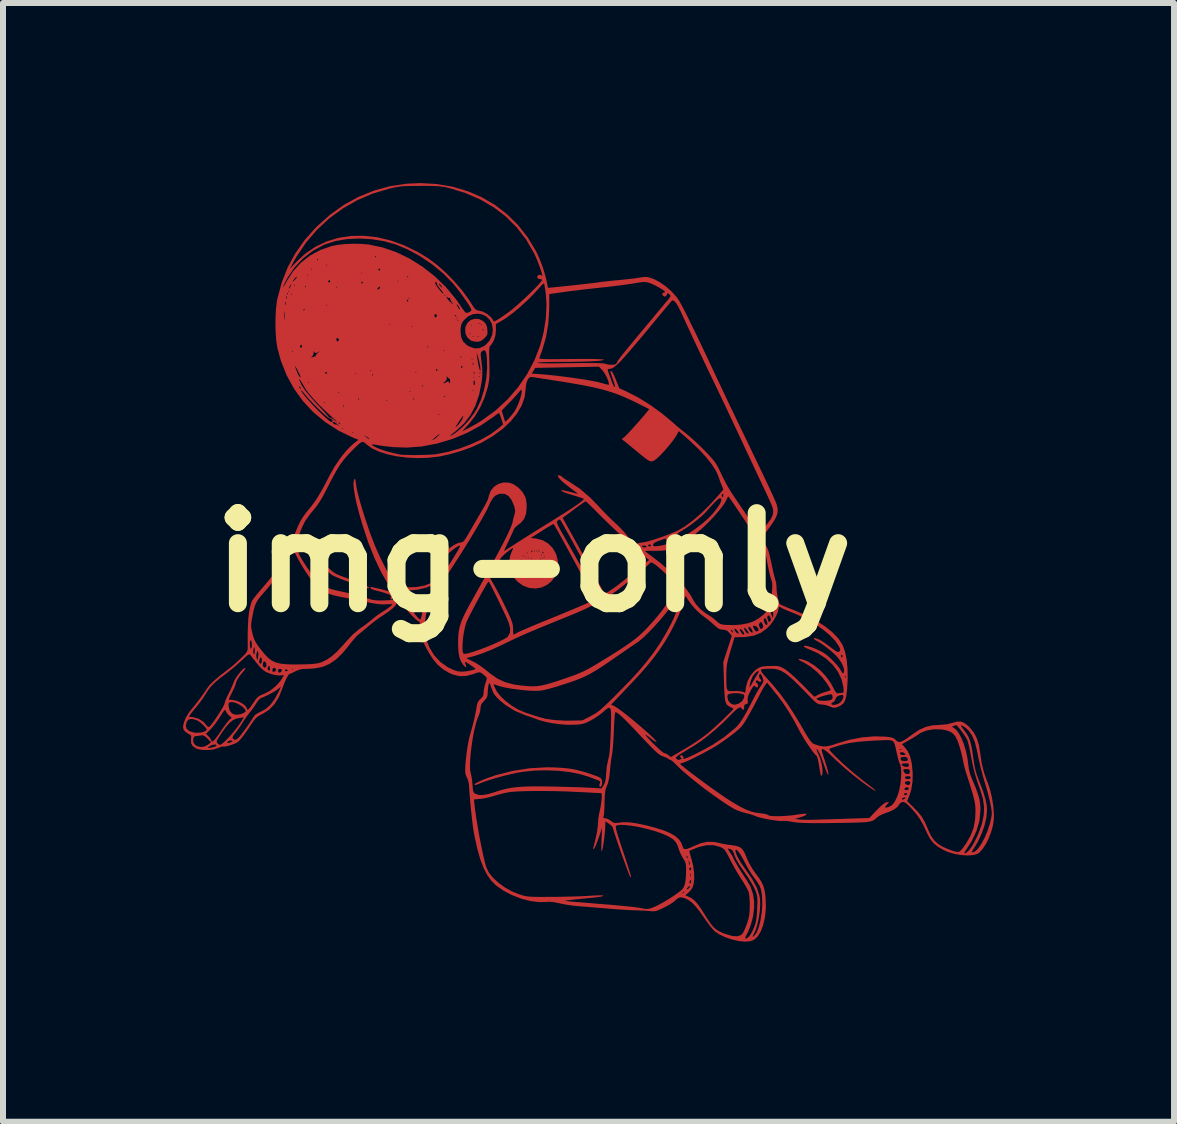
<source format=kicad_pcb>
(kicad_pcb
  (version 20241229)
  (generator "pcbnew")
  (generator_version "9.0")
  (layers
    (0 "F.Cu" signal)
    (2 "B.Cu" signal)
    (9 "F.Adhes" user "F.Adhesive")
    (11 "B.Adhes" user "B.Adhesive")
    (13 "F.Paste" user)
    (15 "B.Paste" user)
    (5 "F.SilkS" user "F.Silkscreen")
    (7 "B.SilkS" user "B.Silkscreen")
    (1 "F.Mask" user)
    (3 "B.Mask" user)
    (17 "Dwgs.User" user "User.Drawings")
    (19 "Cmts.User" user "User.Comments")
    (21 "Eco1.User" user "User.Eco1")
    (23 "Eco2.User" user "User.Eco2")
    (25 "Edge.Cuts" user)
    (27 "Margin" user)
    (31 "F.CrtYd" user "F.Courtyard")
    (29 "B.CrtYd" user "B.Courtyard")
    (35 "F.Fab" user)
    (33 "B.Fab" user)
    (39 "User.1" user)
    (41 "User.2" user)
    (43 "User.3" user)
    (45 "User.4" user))
  (footprint "img-only"
    (layer "F.Cu")
    (at 5.842 6.321)
    (property "Reference" "img-only" (at 0 0 0) (layer "F.SilkS") (effects (font (size 1.5 1.5) (thickness 0.3))))
    (attr board_only exclude_from_pos_files exclude_from_bom)
    (fp_poly (pts (xy 0.334 3.414) (xy 0.479 3.422) (xy 0.604 3.435) (xy 0.72 3.457) (xy 0.84 3.489) (xy 0.969 3.531) (xy 1.041 3.557) (xy 1.088 3.576) (xy 1.115 3.593) (xy 1.13 3.612) (xy 1.137 3.636) (xy 1.138 3.639) (xy 1.14 3.679) (xy 1.132 3.714) (xy 1.117 3.736) (xy 1.101 3.736) (xy 1.096 3.729) (xy 1.094 3.701) (xy 1.102 3.679) (xy 1.109 3.655) (xy 1.094 3.639) (xy 1.065 3.626) (xy 1.017 3.608) (xy 0.956 3.585) (xy 0.929 3.574) (xy 0.777 3.527) (xy 0.602 3.492) (xy 0.411 3.47) (xy 0.212 3.462) (xy 0.013 3.467) (xy -0.18 3.487) (xy -0.267 3.501) (xy -0.382 3.526) (xy -0.506 3.556) (xy -0.631 3.591) (xy -0.746 3.626) (xy -0.841 3.658) (xy -0.866 3.668) (xy -0.926 3.692) (xy -0.962 3.705) (xy -0.98 3.708) (xy -0.985 3.702) (xy -0.986 3.695) (xy -0.971 3.681) (xy -0.931 3.66) (xy -0.873 3.633) (xy -0.803 3.604) (xy -0.727 3.576) (xy -0.652 3.55) (xy -0.63 3.543) (xy -0.34 3.47) (xy -0.057 3.427) (xy 0.226 3.412)) (stroke (width 0) (type solid)) (fill yes) (layer "F.Cu"))
    (fp_poly (pts (xy -0.914 -4.056) (xy -0.849 -4.026) (xy -0.834 -4.014) (xy -0.799 -3.976) (xy -0.781 -3.933) (xy -0.773 -3.88) (xy -0.77 -3.827) (xy -0.777 -3.792) (xy -0.799 -3.761) (xy -0.823 -3.735) (xy -0.868 -3.697) (xy -0.909 -3.68) (xy -0.947 -3.677) (xy -1 -3.683) (xy -1.045 -3.696) (xy -1.049 -3.698) (xy -1.106 -3.748) (xy -1.115 -3.768) (xy -1.019 -3.768) (xy -1.011 -3.76) (xy -1.003 -3.768) (xy -0.936 -3.768) (xy -0.927 -3.76) (xy -0.919 -3.768) (xy -0.927 -3.777) (xy -0.936 -3.768) (xy -1.003 -3.768) (xy -1.011 -3.777) (xy -1.019 -3.768) (xy -1.115 -3.768) (xy -1.138 -3.815) (xy -1.138 -3.818) (xy -1.069 -3.818) (xy -1.061 -3.81) (xy -1.053 -3.818) (xy -1.061 -3.827) (xy -1.069 -3.818) (xy -1.138 -3.818) (xy -1.141 -3.877) (xy -0.852 -3.877) (xy -0.846 -3.863) (xy -0.841 -3.866) (xy -0.839 -3.886) (xy -0.841 -3.888) (xy -0.851 -3.886) (xy -0.852 -3.877) (xy -1.141 -3.877) (xy -1.143 -3.894) (xy -1.135 -3.931) (xy -1.125 -3.952) (xy -1.053 -3.952) (xy -1.044 -3.944) (xy -1.036 -3.952) (xy -1.044 -3.96) (xy -1.053 -3.952) (xy -1.125 -3.952) (xy -1.116 -3.969) (xy -0.886 -3.969) (xy -0.877 -3.96) (xy -0.869 -3.969) (xy -0.877 -3.977) (xy -0.886 -3.969) (xy -1.116 -3.969) (xy -1.107 -3.985) (xy -0.919 -3.985) (xy -0.911 -3.977) (xy -0.902 -3.985) (xy -0.911 -3.994) (xy -0.919 -3.985) (xy -1.107 -3.985) (xy -1.102 -3.995) (xy -1.049 -4.039) (xy -0.984 -4.06)) (stroke (width 0) (type solid)) (fill yes) (layer "F.Cu"))
    (fp_poly (pts (xy -1.613 -6.305) (xy -1.35 -6.26) (xy -1.099 -6.185) (xy -0.862 -6.083) (xy -0.642 -5.954) (xy -0.441 -5.799) (xy -0.259 -5.619) (xy -0.1 -5.416) (xy 0.036 -5.19) (xy 0.054 -5.155) (xy 0.108 -5.032) (xy 0.159 -4.893) (xy 0.2 -4.753) (xy 0.218 -4.673) (xy 0.237 -4.575) (xy 0.348 -4.586) (xy 0.445 -4.596) (xy 0.551 -4.607) (xy 0.661 -4.618) (xy 0.769 -4.63) (xy 0.871 -4.642) (xy 0.961 -4.652) (xy 1.033 -4.661) (xy 1.082 -4.668) (xy 1.103 -4.671) (xy 1.127 -4.675) (xy 1.179 -4.681) (xy 1.252 -4.689) (xy 1.339 -4.698) (xy 1.41 -4.704) (xy 1.51 -4.714) (xy 1.604 -4.724) (xy 1.685 -4.734) (xy 1.746 -4.743) (xy 1.769 -4.747) (xy 1.831 -4.756) (xy 1.89 -4.756) (xy 1.905 -4.754) (xy 1.999 -4.724) (xy 2.1 -4.67) (xy 2.203 -4.598) (xy 2.298 -4.514) (xy 2.38 -4.423) (xy 2.424 -4.358) (xy 2.459 -4.296) (xy 2.506 -4.206) (xy 2.565 -4.088) (xy 2.635 -3.946) (xy 2.716 -3.781) (xy 2.805 -3.594) (xy 2.903 -3.387) (xy 2.991 -3.2) (xy 3.072 -3.028) (xy 3.142 -2.879) (xy 3.205 -2.746) (xy 3.264 -2.621) (xy 3.323 -2.499) (xy 3.384 -2.371) (xy 3.452 -2.23) (xy 3.476 -2.181) (xy 3.585 -1.955) (xy 3.68 -1.757) (xy 3.762 -1.586) (xy 3.832 -1.44) (xy 3.891 -1.316) (xy 3.939 -1.213) (xy 3.978 -1.129) (xy 4.008 -1.063) (xy 4.029 -1.012) (xy 4.044 -0.974) (xy 4.053 -0.949) (xy 4.053 -0.948) (xy 4.064 -0.891) (xy 4.063 -0.838) (xy 4.048 -0.782) (xy 4.018 -0.718) (xy 3.969 -0.641) (xy 3.899 -0.545) (xy 3.892 -0.535) (xy 3.789 -0.399) (xy 3.851 -0.31) (xy 3.877 -0.268) (xy 3.898 -0.225) (xy 3.916 -0.174) (xy 3.934 -0.106) (xy 3.954 -0.015) (xy 3.96 0.011) (xy 3.978 0.099) (xy 3.996 0.179) (xy 4.012 0.243) (xy 4.023 0.283) (xy 4.026 0.289) (xy 4.038 0.337) (xy 4.044 0.396) (xy 4.044 0.408) (xy 4.047 0.464) (xy 4.055 0.53) (xy 4.067 0.595) (xy 4.08 0.651) (xy 4.092 0.687) (xy 4.096 0.692) (xy 4.115 0.703) (xy 4.161 0.723) (xy 4.225 0.75) (xy 4.303 0.782) (xy 4.335 0.794) (xy 4.528 0.877) (xy 4.702 0.967) (xy 4.853 1.064) (xy 4.979 1.165) (xy 5.077 1.268) (xy 5.144 1.372) (xy 5.146 1.376) (xy 5.185 1.483) (xy 5.213 1.617) (xy 5.228 1.771) (xy 5.23 1.942) (xy 5.22 2.123) (xy 5.218 2.141) (xy 5.205 2.235) (xy 5.186 2.302) (xy 5.157 2.349) (xy 5.116 2.382) (xy 5.091 2.395) (xy 5.034 2.418) (xy 4.988 2.42) (xy 4.938 2.402) (xy 4.926 2.396) (xy 4.875 2.378) (xy 4.814 2.367) (xy 4.798 2.366) (xy 4.77 2.364) (xy 4.747 2.359) (xy 4.956 2.359) (xy 4.982 2.372) (xy 5.024 2.371) (xy 5.07 2.356) (xy 5.104 2.335) (xy 5.135 2.299) (xy 5.154 2.259) (xy 5.16 2.226) (xy 5.149 2.207) (xy 5.141 2.206) (xy 5.09 2.215) (xy 5.049 2.237) (xy 5.03 2.268) (xy 5.03 2.273) (xy 5.015 2.306) (xy 4.989 2.326) (xy 4.961 2.344) (xy 4.956 2.359) (xy 4.747 2.359) (xy 4.745 2.358) (xy 4.719 2.345) (xy 4.688 2.321) (xy 4.647 2.282) (xy 4.636 2.272) (xy 4.712 2.272) (xy 4.728 2.29) (xy 4.768 2.301) (xy 4.825 2.305) (xy 4.891 2.302) (xy 4.928 2.296) (xy 4.966 2.282) (xy 4.979 2.257) (xy 4.98 2.246) (xy 4.973 2.212) (xy 4.962 2.197) (xy 4.939 2.196) (xy 4.896 2.204) (xy 4.842 2.218) (xy 4.788 2.235) (xy 4.743 2.252) (xy 4.716 2.267) (xy 4.712 2.272) (xy 4.636 2.272) (xy 4.591 2.226) (xy 4.53 2.163) (xy 4.421 2.051) (xy 4.33 1.963) (xy 4.254 1.894) (xy 4.188 1.844) (xy 4.13 1.809) (xy 4.074 1.786) (xy 4.018 1.774) (xy 3.957 1.77) (xy 3.932 1.77) (xy 3.87 1.771) (xy 3.82 1.775) (xy 3.793 1.78) (xy 3.792 1.78) (xy 3.785 1.798) (xy 3.801 1.831) (xy 3.841 1.881) (xy 3.867 1.909) (xy 3.991 2.048) (xy 4.106 2.189) (xy 4.215 2.338) (xy 4.323 2.501) (xy 4.436 2.687) (xy 4.479 2.761) (xy 4.531 2.851) (xy 4.571 2.917) (xy 4.602 2.963) (xy 4.627 2.993) (xy 4.649 3.013) (xy 4.673 3.025) (xy 4.687 3.031) (xy 4.762 3.054) (xy 4.826 3.065) (xy 4.89 3.062) (xy 4.964 3.045) (xy 5.056 3.014) (xy 5.256 2.955) (xy 5.464 2.915) (xy 5.669 2.897) (xy 5.85 2.901) (xy 5.923 2.909) (xy 5.971 2.919) (xy 6.003 2.933) (xy 6.025 2.952) (xy 6.053 2.978) (xy 6.082 2.99) (xy 6.116 2.987) (xy 6.16 2.967) (xy 6.219 2.929) (xy 6.298 2.872) (xy 6.311 2.862) (xy 6.424 2.787) (xy 6.532 2.739) (xy 6.547 2.735) (xy 6.971 2.735) (xy 6.978 2.744) (xy 6.989 2.749) (xy 7.035 2.783) (xy 7.082 2.845) (xy 7.127 2.929) (xy 7.167 3.029) (xy 7.2 3.141) (xy 7.225 3.257) (xy 7.235 3.335) (xy 7.249 3.44) (xy 7.272 3.531) (xy 7.307 3.619) (xy 7.359 3.743) (xy 7.396 3.845) (xy 7.422 3.932) (xy 7.436 4.011) (xy 7.442 4.09) (xy 7.442 4.128) (xy 7.425 4.303) (xy 7.374 4.477) (xy 7.291 4.651) (xy 7.236 4.737) (xy 7.2 4.792) (xy 7.18 4.824) (xy 7.175 4.84) (xy 7.18 4.846) (xy 7.185 4.846) (xy 7.207 4.835) (xy 7.24 4.806) (xy 7.254 4.792) (xy 7.296 4.736) (xy 7.342 4.657) (xy 7.388 4.563) (xy 7.429 4.463) (xy 7.463 4.366) (xy 7.469 4.345) (xy 7.498 4.204) (xy 7.503 4.072) (xy 7.484 3.938) (xy 7.443 3.802) (xy 7.4 3.679) (xy 7.367 3.578) (xy 7.341 3.49) (xy 7.32 3.404) (xy 7.301 3.312) (xy 7.284 3.225) (xy 7.268 3.14) (xy 7.252 3.062) (xy 7.237 3) (xy 7.225 2.962) (xy 7.225 2.961) (xy 7.207 2.927) (xy 7.177 2.88) (xy 7.14 2.827) (xy 7.102 2.777) (xy 7.068 2.736) (xy 7.054 2.722) (xy 7.118 2.722) (xy 7.14 2.756) (xy 7.157 2.778) (xy 7.201 2.836) (xy 7.236 2.892) (xy 7.262 2.951) (xy 7.283 3.022) (xy 7.301 3.109) (xy 7.318 3.22) (xy 7.326 3.278) (xy 7.342 3.381) (xy 7.361 3.469) (xy 7.388 3.556) (xy 7.427 3.656) (xy 7.429 3.662) (xy 7.486 3.812) (xy 7.525 3.94) (xy 7.547 4.049) (xy 7.552 4.128) (xy 7.541 4.25) (xy 7.509 4.386) (xy 7.458 4.527) (xy 7.393 4.663) (xy 7.336 4.756) (xy 7.309 4.798) (xy 7.3 4.82) (xy 7.307 4.828) (xy 7.319 4.829) (xy 7.347 4.817) (xy 7.384 4.786) (xy 7.402 4.767) (xy 7.46 4.683) (xy 7.516 4.577) (xy 7.565 4.458) (xy 7.603 4.336) (xy 7.605 4.328) (xy 7.621 4.259) (xy 7.63 4.208) (xy 7.631 4.163) (xy 7.625 4.112) (xy 7.612 4.04) (xy 7.611 4.036) (xy 7.593 3.951) (xy 7.568 3.851) (xy 7.541 3.752) (xy 7.528 3.71) (xy 7.484 3.561) (xy 7.447 3.423) (xy 7.414 3.28) (xy 7.385 3.137) (xy 7.35 2.994) (xy 7.302 2.881) (xy 7.243 2.797) (xy 7.196 2.754) (xy 7.145 2.721) (xy 7.119 2.71) (xy 7.118 2.722) (xy 7.054 2.722) (xy 7.044 2.712) (xy 7.037 2.708) (xy 7.015 2.715) (xy 6.993 2.723) (xy 6.971 2.735) (xy 6.547 2.735) (xy 6.643 2.713) (xy 6.743 2.707) (xy 6.886 2.695) (xy 6.971 2.673) (xy 7.05 2.651) (xy 7.113 2.65) (xy 7.169 2.671) (xy 7.229 2.716) (xy 7.261 2.747) (xy 7.33 2.83) (xy 7.38 2.925) (xy 7.416 3.038) (xy 7.438 3.175) (xy 7.464 3.347) (xy 7.502 3.501) (xy 7.555 3.651) (xy 7.563 3.669) (xy 7.603 3.786) (xy 7.635 3.923) (xy 7.657 4.065) (xy 7.667 4.2) (xy 7.665 4.286) (xy 7.65 4.386) (xy 7.62 4.491) (xy 7.58 4.595) (xy 7.533 4.69) (xy 7.48 4.771) (xy 7.427 4.83) (xy 7.392 4.854) (xy 7.32 4.875) (xy 7.227 4.881) (xy 7.122 4.874) (xy 7.012 4.855) (xy 6.906 4.825) (xy 6.815 4.784) (xy 6.723 4.728) (xy 6.654 4.669) (xy 6.6 4.598) (xy 6.551 4.505) (xy 6.541 4.483) (xy 6.487 4.368) (xy 6.433 4.273) (xy 6.371 4.187) (xy 6.295 4.1) (xy 6.28 4.084) (xy 6.228 4.032) (xy 6.191 4.002) (xy 6.163 3.99) (xy 6.141 3.99) (xy 6.106 4.007) (xy 6.09 4.029) (xy 6.062 4.07) (xy 6.008 4.112) (xy 5.933 4.149) (xy 5.874 4.17) (xy 5.81 4.194) (xy 5.753 4.224) (xy 5.723 4.245) (xy 5.698 4.268) (xy 5.674 4.286) (xy 5.648 4.301) (xy 5.616 4.312) (xy 5.574 4.321) (xy 5.52 4.327) (xy 5.448 4.331) (xy 5.355 4.334) (xy 5.239 4.337) (xy 5.094 4.339) (xy 5.023 4.34) (xy 4.858 4.342) (xy 4.722 4.342) (xy 4.612 4.342) (xy 4.523 4.34) (xy 4.451 4.337) (xy 4.392 4.333) (xy 4.342 4.327) (xy 4.314 4.322) (xy 4.248 4.311) (xy 4.192 4.305) (xy 4.158 4.304) (xy 4.152 4.305) (xy 4.122 4.308) (xy 4.067 4.303) (xy 3.997 4.294) (xy 3.918 4.281) (xy 3.84 4.266) (xy 3.771 4.25) (xy 3.718 4.235) (xy 3.701 4.228) (xy 3.648 4.207) (xy 3.579 4.186) (xy 3.525 4.173) (xy 3.452 4.152) (xy 3.377 4.124) (xy 3.333 4.102) (xy 3.229 4.039) (xy 3.11 3.959) (xy 2.981 3.868) (xy 2.849 3.771) (xy 2.72 3.671) (xy 2.6 3.574) (xy 2.494 3.484) (xy 2.409 3.405) (xy 2.39 3.386) (xy 2.358 3.355) (xy 2.44 3.355) (xy 2.453 3.37) (xy 2.49 3.401) (xy 2.546 3.446) (xy 2.618 3.502) (xy 2.701 3.565) (xy 2.792 3.632) (xy 2.886 3.702) (xy 2.981 3.77) (xy 3.071 3.834) (xy 3.154 3.891) (xy 3.183 3.911) (xy 3.316 3.997) (xy 3.429 4.063) (xy 3.527 4.112) (xy 3.616 4.147) (xy 3.7 4.168) (xy 3.776 4.178) (xy 3.838 4.186) (xy 3.884 4.197) (xy 3.906 4.207) (xy 3.907 4.209) (xy 3.926 4.219) (xy 3.973 4.225) (xy 4.04 4.227) (xy 4.121 4.226) (xy 4.21 4.221) (xy 4.3 4.213) (xy 4.376 4.202) (xy 4.445 4.192) (xy 4.501 4.186) (xy 4.535 4.185) (xy 4.543 4.186) (xy 4.54 4.202) (xy 4.509 4.222) (xy 4.452 4.242) (xy 4.429 4.249) (xy 4.354 4.27) (xy 4.42 4.281) (xy 4.463 4.285) (xy 4.529 4.287) (xy 4.611 4.287) (xy 4.7 4.285) (xy 4.704 4.285) (xy 4.794 4.282) (xy 4.906 4.279) (xy 5.031 4.275) (xy 5.158 4.271) (xy 5.255 4.267) (xy 5.59 4.257) (xy 5.716 4.125) (xy 5.785 4.057) (xy 5.837 4.014) (xy 5.873 3.995) (xy 5.882 3.994) (xy 5.921 3.994) (xy 5.882 4.036) (xy 5.855 4.068) (xy 5.855 4.083) (xy 5.883 4.081) (xy 5.91 4.075) (xy 5.965 4.046) (xy 6.012 3.988) (xy 6.034 3.944) (xy 6.133 3.944) (xy 6.143 3.953) (xy 6.168 3.943) (xy 6.191 3.926) (xy 6.193 3.915) (xy 6.171 3.912) (xy 6.145 3.925) (xy 6.133 3.944) (xy 6.034 3.944) (xy 6.055 3.901) (xy 6.068 3.865) (xy 6.07 3.86) (xy 6.166 3.86) (xy 6.18 3.875) (xy 6.19 3.877) (xy 6.219 3.867) (xy 6.225 3.86) (xy 6.22 3.847) (xy 6.201 3.843) (xy 6.173 3.85) (xy 6.166 3.86) (xy 6.07 3.86) (xy 6.091 3.784) (xy 6.094 3.768) (xy 6.177 3.768) (xy 6.179 3.788) (xy 6.208 3.793) (xy 6.242 3.784) (xy 6.25 3.768) (xy 6.236 3.748) (xy 6.218 3.743) (xy 6.187 3.755) (xy 6.177 3.768) (xy 6.094 3.768) (xy 6.108 3.692) (xy 6.111 3.67) (xy 6.182 3.67) (xy 6.194 3.692) (xy 6.228 3.706) (xy 6.244 3.708) (xy 6.263 3.696) (xy 6.271 3.676) (xy 6.272 3.652) (xy 6.251 3.644) (xy 6.231 3.643) (xy 6.194 3.651) (xy 6.182 3.67) (xy 6.111 3.67) (xy 6.119 3.597) (xy 6.119 3.584) (xy 6.183 3.584) (xy 6.198 3.604) (xy 6.233 3.609) (xy 6.273 3.602) (xy 6.283 3.584) (xy 6.268 3.565) (xy 6.233 3.559) (xy 6.193 3.567) (xy 6.183 3.584) (xy 6.119 3.584) (xy 6.123 3.507) (xy 6.12 3.453) (xy 6.154 3.453) (xy 6.154 3.455) (xy 6.165 3.48) (xy 6.171 3.497) (xy 6.196 3.52) (xy 6.224 3.526) (xy 6.256 3.519) (xy 6.266 3.493) (xy 6.266 3.484) (xy 6.262 3.456) (xy 6.243 3.444) (xy 6.207 3.442) (xy 6.17 3.445) (xy 6.154 3.453) (xy 6.12 3.453) (xy 6.119 3.429) (xy 6.108 3.371) (xy 6.103 3.362) (xy 6.129 3.362) (xy 6.133 3.376) (xy 6.158 3.395) (xy 6.198 3.406) (xy 6.235 3.404) (xy 6.249 3.389) (xy 6.25 3.376) (xy 6.245 3.355) (xy 6.223 3.346) (xy 6.185 3.347) (xy 6.143 3.352) (xy 6.129 3.362) (xy 6.103 3.362) (xy 6.096 3.347) (xy 6.086 3.323) (xy 6.071 3.274) (xy 6.069 3.262) (xy 6.11 3.262) (xy 6.112 3.277) (xy 6.129 3.3) (xy 6.168 3.309) (xy 6.176 3.309) (xy 6.214 3.305) (xy 6.233 3.295) (xy 6.233 3.293) (xy 6.224 3.254) (xy 6.192 3.238) (xy 6.159 3.238) (xy 6.122 3.247) (xy 6.11 3.262) (xy 6.069 3.262) (xy 6.056 3.21) (xy 6.05 3.183) (xy 6.099 3.183) (xy 6.114 3.203) (xy 6.152 3.208) (xy 6.186 3.206) (xy 6.192 3.196) (xy 6.183 3.183) (xy 6.15 3.162) (xy 6.131 3.158) (xy 6.105 3.169) (xy 6.099 3.183) (xy 6.05 3.183) (xy 6.049 3.18) (xy 6.036 3.121) (xy 6.09 3.121) (xy 6.106 3.124) (xy 6.128 3.12) (xy 6.128 3.115) (xy 6.106 3.111) (xy 6.096 3.113) (xy 6.09 3.121) (xy 6.036 3.121) (xy 6.031 3.095) (xy 6.016 3.037) (xy 6.013 3.027) (xy 6.134 3.027) (xy 6.176 3.072) (xy 6.229 3.141) (xy 6.268 3.225) (xy 6.295 3.331) (xy 6.3 3.362) (xy 6.314 3.508) (xy 6.311 3.65) (xy 6.291 3.781) (xy 6.263 3.871) (xy 6.221 3.975) (xy 6.32 4.072) (xy 6.401 4.156) (xy 6.463 4.234) (xy 6.512 4.318) (xy 6.557 4.418) (xy 6.568 4.445) (xy 6.617 4.551) (xy 6.672 4.63) (xy 6.739 4.691) (xy 6.807 4.732) (xy 6.88 4.766) (xy 6.954 4.795) (xy 7.019 4.815) (xy 7.067 4.824) (xy 7.077 4.824) (xy 7.105 4.807) (xy 7.145 4.763) (xy 7.196 4.692) (xy 7.199 4.688) (xy 7.276 4.555) (xy 7.327 4.424) (xy 7.353 4.286) (xy 7.359 4.161) (xy 7.359 4.111) (xy 7.357 4.066) (xy 7.352 4.021) (xy 7.343 3.973) (xy 7.329 3.915) (xy 7.31 3.844) (xy 7.283 3.755) (xy 7.248 3.644) (xy 7.204 3.506) (xy 7.202 3.501) (xy 7.181 3.428) (xy 7.162 3.35) (xy 7.154 3.309) (xy 7.142 3.249) (xy 7.123 3.172) (xy 7.101 3.091) (xy 7.094 3.067) (xy 7.059 2.964) (xy 7.019 2.889) (xy 6.97 2.837) (xy 6.905 2.805) (xy 6.819 2.785) (xy 6.782 2.781) (xy 6.662 2.779) (xy 6.55 2.798) (xy 6.455 2.835) (xy 6.422 2.855) (xy 6.375 2.887) (xy 6.311 2.926) (xy 6.246 2.964) (xy 6.134 3.027) (xy 6.013 3.027) (xy 6.003 3.001) (xy 5.988 2.98) (xy 5.97 2.969) (xy 5.954 2.964) (xy 5.917 2.96) (xy 5.853 2.96) (xy 5.765 2.963) (xy 5.66 2.968) (xy 5.542 2.976) (xy 5.417 2.986) (xy 5.389 2.989) (xy 5.254 3.008) (xy 5.108 3.043) (xy 4.968 3.087) (xy 4.948 3.094) (xy 4.93 3.103) (xy 4.924 3.113) (xy 4.933 3.131) (xy 4.958 3.16) (xy 5.003 3.207) (xy 5.023 3.228) (xy 5.147 3.347) (xy 5.293 3.476) (xy 5.451 3.606) (xy 5.571 3.698) (xy 5.64 3.752) (xy 5.683 3.788) (xy 5.7 3.806) (xy 5.69 3.805) (xy 5.654 3.785) (xy 5.593 3.744) (xy 5.568 3.728) (xy 5.44 3.634) (xy 5.301 3.525) (xy 5.163 3.409) (xy 5.038 3.295) (xy 4.985 3.244) (xy 4.928 3.19) (xy 4.877 3.146) (xy 4.837 3.117) (xy 4.817 3.108) (xy 4.804 3.111) (xy 4.798 3.121) (xy 4.801 3.146) (xy 4.814 3.191) (xy 4.836 3.261) (xy 4.84 3.271) (xy 4.864 3.347) (xy 4.885 3.417) (xy 4.9 3.472) (xy 4.905 3.493) (xy 4.91 3.531) (xy 4.906 3.541) (xy 4.894 3.524) (xy 4.876 3.484) (xy 4.854 3.424) (xy 4.837 3.376) (xy 4.803 3.277) (xy 4.771 3.197) (xy 4.743 3.141) (xy 4.721 3.112) (xy 4.714 3.108) (xy 4.713 3.122) (xy 4.725 3.156) (xy 4.746 3.201) (xy 4.772 3.265) (xy 4.793 3.341) (xy 4.807 3.419) (xy 4.812 3.487) (xy 4.806 3.535) (xy 4.806 3.536) (xy 4.796 3.554) (xy 4.787 3.552) (xy 4.778 3.526) (xy 4.768 3.474) (xy 4.755 3.392) (xy 4.743 3.324) (xy 4.731 3.268) (xy 4.721 3.234) (xy 4.717 3.227) (xy 4.69 3.201) (xy 4.651 3.153) (xy 4.604 3.088) (xy 4.554 3.015) (xy 4.505 2.939) (xy 4.462 2.866) (xy 4.434 2.816) (xy 4.337 2.634) (xy 4.243 2.476) (xy 4.148 2.333) (xy 4.046 2.197) (xy 4.034 2.183) (xy 3.888 2.001) (xy 3.857 2.041) (xy 3.836 2.073) (xy 3.806 2.126) (xy 3.771 2.191) (xy 3.755 2.223) (xy 3.716 2.297) (xy 3.668 2.388) (xy 3.617 2.482) (xy 3.579 2.549) (xy 3.533 2.63) (xy 3.495 2.689) (xy 3.459 2.736) (xy 3.416 2.778) (xy 3.361 2.825) (xy 3.335 2.846) (xy 3.255 2.907) (xy 3.164 2.972) (xy 3.076 3.032) (xy 3.047 3.051) (xy 2.979 3.091) (xy 2.899 3.136) (xy 2.812 3.183) (xy 2.723 3.229) (xy 2.639 3.27) (xy 2.566 3.305) (xy 2.508 3.329) (xy 2.472 3.341) (xy 2.466 3.342) (xy 2.443 3.349) (xy 2.44 3.355) (xy 2.358 3.355) (xy 2.345 3.342) (xy 2.308 3.308) (xy 2.285 3.293) (xy 2.283 3.292) (xy 2.258 3.282) (xy 2.241 3.27) (xy 2.211 3.253) (xy 2.368 3.253) (xy 2.37 3.262) (xy 2.375 3.269) (xy 2.408 3.29) (xy 2.448 3.28) (xy 2.456 3.275) (xy 2.47 3.262) (xy 2.461 3.259) (xy 2.442 3.245) (xy 2.44 3.233) (xy 2.448 3.211) (xy 2.454 3.208) (xy 2.477 3.219) (xy 2.494 3.242) (xy 2.496 3.263) (xy 2.495 3.264) (xy 2.492 3.274) (xy 2.513 3.27) (xy 2.556 3.254) (xy 2.615 3.228) (xy 2.688 3.194) (xy 2.768 3.153) (xy 2.854 3.108) (xy 2.939 3.061) (xy 2.983 3.036) (xy 3.175 2.908) (xy 3.363 2.753) (xy 3.399 2.716) (xy 3.438 2.665) (xy 3.482 2.599) (xy 3.533 2.513) (xy 3.592 2.404) (xy 3.662 2.268) (xy 3.686 2.223) (xy 3.72 2.158) (xy 3.756 2.098) (xy 3.784 2.056) (xy 3.811 2.014) (xy 3.826 1.98) (xy 3.827 1.972) (xy 3.82 1.939) (xy 3.806 1.9) (xy 3.788 1.868) (xy 3.774 1.855) (xy 3.757 1.868) (xy 3.753 1.897) (xy 3.763 1.927) (xy 3.768 1.933) (xy 3.789 1.96) (xy 3.793 1.973) (xy 3.781 1.987) (xy 3.756 1.986) (xy 3.734 1.971) (xy 3.734 1.97) (xy 3.717 1.961) (xy 3.705 1.97) (xy 3.698 1.991) (xy 3.718 2.011) (xy 3.74 2.042) (xy 3.737 2.064) (xy 3.726 2.084) (xy 3.71 2.078) (xy 3.696 2.067) (xy 3.68 2.055) (xy 3.665 2.057) (xy 3.647 2.079) (xy 3.62 2.124) (xy 3.611 2.141) (xy 3.579 2.205) (xy 3.564 2.253) (xy 3.564 2.295) (xy 3.565 2.298) (xy 3.568 2.337) (xy 3.557 2.354) (xy 3.537 2.359) (xy 3.511 2.371) (xy 3.505 2.4) (xy 3.506 2.41) (xy 3.502 2.445) (xy 3.487 2.456) (xy 3.469 2.44) (xy 3.465 2.431) (xy 3.449 2.414) (xy 3.421 2.418) (xy 3.379 2.447) (xy 3.321 2.5) (xy 3.269 2.553) (xy 3.157 2.666) (xy 3.033 2.778) (xy 2.907 2.884) (xy 2.786 2.977) (xy 2.676 3.05) (xy 2.664 3.057) (xy 2.562 3.118) (xy 2.486 3.165) (xy 2.431 3.199) (xy 2.396 3.223) (xy 2.376 3.24) (xy 2.368 3.253) (xy 2.211 3.253) (xy 2.208 3.251) (xy 2.16 3.232) (xy 2.147 3.228) (xy 2.123 3.218) (xy 2.094 3.2) (xy 2.058 3.172) (xy 2.012 3.129) (xy 1.953 3.071) (xy 1.878 2.993) (xy 1.784 2.893) (xy 1.78 2.889) (xy 1.669 2.771) (xy 1.578 2.677) (xy 1.506 2.604) (xy 1.45 2.552) (xy 1.408 2.517) (xy 1.38 2.498) (xy 1.363 2.494) (xy 1.358 2.497) (xy 1.353 2.517) (xy 1.348 2.564) (xy 1.343 2.634) (xy 1.338 2.722) (xy 1.334 2.821) (xy 1.334 2.821) (xy 1.329 2.926) (xy 1.323 3.024) (xy 1.316 3.109) (xy 1.309 3.174) (xy 1.303 3.208) (xy 1.294 3.258) (xy 1.284 3.329) (xy 1.275 3.411) (xy 1.271 3.461) (xy 1.258 3.579) (xy 1.239 3.669) (xy 1.22 3.72) (xy 1.203 3.763) (xy 1.192 3.809) (xy 1.185 3.867) (xy 1.181 3.945) (xy 1.18 4.002) (xy 1.178 4.083) (xy 1.174 4.154) (xy 1.169 4.206) (xy 1.163 4.232) (xy 1.159 4.254) (xy 1.18 4.261) (xy 1.192 4.261) (xy 1.232 4.272) (xy 1.277 4.298) (xy 1.286 4.305) (xy 1.327 4.333) (xy 1.365 4.341) (xy 1.399 4.337) (xy 1.488 4.327) (xy 1.588 4.329) (xy 1.706 4.345) (xy 1.848 4.374) (xy 1.863 4.378) (xy 2.03 4.421) (xy 2.166 4.464) (xy 2.274 4.509) (xy 2.357 4.558) (xy 2.418 4.612) (xy 2.46 4.673) (xy 2.483 4.736) (xy 2.495 4.764) (xy 2.516 4.776) (xy 2.552 4.772) (xy 2.607 4.752) (xy 2.674 4.722) (xy 2.792 4.674) (xy 2.9 4.653) (xy 3.005 4.656) (xy 3.067 4.668) (xy 3.136 4.684) (xy 3.219 4.699) (xy 3.299 4.71) (xy 3.375 4.722) (xy 3.431 4.741) (xy 3.472 4.772) (xy 3.505 4.821) (xy 3.538 4.895) (xy 3.55 4.927) (xy 3.588 5.009) (xy 3.64 5.099) (xy 3.688 5.169) (xy 3.751 5.254) (xy 3.795 5.323) (xy 3.825 5.386) (xy 3.844 5.453) (xy 3.857 5.532) (xy 3.863 5.588) (xy 3.868 5.749) (xy 3.854 5.904) (xy 3.822 6.045) (xy 3.781 6.149) (xy 3.734 6.227) (xy 3.68 6.279) (xy 3.615 6.308) (xy 3.532 6.317) (xy 3.425 6.308) (xy 3.417 6.307) (xy 3.306 6.282) (xy 3.195 6.244) (xy 3.094 6.197) (xy 3.016 6.145) (xy 3.013 6.143) (xy 2.984 6.112) (xy 2.941 6.06) (xy 2.892 5.995) (xy 2.841 5.923) (xy 2.84 5.921) (xy 2.764 5.813) (xy 2.699 5.732) (xy 2.641 5.671) (xy 2.587 5.629) (xy 2.532 5.6) (xy 2.52 5.596) (xy 2.466 5.58) (xy 2.426 5.582) (xy 2.386 5.605) (xy 2.348 5.641) (xy 2.314 5.667) (xy 2.26 5.701) (xy 2.194 5.737) (xy 2.168 5.75) (xy 2.102 5.782) (xy 2.054 5.801) (xy 2.015 5.81) (xy 1.973 5.811) (xy 1.917 5.806) (xy 1.913 5.806) (xy 1.834 5.8) (xy 1.751 5.796) (xy 1.696 5.795) (xy 1.649 5.794) (xy 1.576 5.79) (xy 1.482 5.784) (xy 1.375 5.777) (xy 1.262 5.768) (xy 1.228 5.765) (xy 1.11 5.755) (xy 0.994 5.746) (xy 0.887 5.737) (xy 0.796 5.73) (xy 0.729 5.725) (xy 0.719 5.724) (xy 0.629 5.714) (xy 0.528 5.698) (xy 0.438 5.68) (xy 0.436 5.679) (xy 0.339 5.66) (xy 0.26 5.652) (xy 0.225 5.654) (xy 0.091 5.659) (xy -0.057 5.64) (xy -0.21 5.6) (xy -0.361 5.542) (xy -0.503 5.468) (xy -0.627 5.381) (xy -0.63 5.378) (xy -0.707 5.301) (xy -0.775 5.205) (xy -0.836 5.088) (xy -0.89 4.946) (xy -0.938 4.778) (xy -0.982 4.581) (xy -1.004 4.462) (xy -1.013 4.398) (xy -1.024 4.31) (xy -1.036 4.205) (xy -1.048 4.093) (xy -1.058 3.98) (xy -1.061 3.948) (xy -0.995 3.948) (xy -0.99 4.008) (xy -0.977 4.117) (xy -0.959 4.246) (xy -0.936 4.387) (xy -0.911 4.533) (xy -0.883 4.679) (xy -0.855 4.816) (xy -0.828 4.938) (xy -0.803 5.037) (xy -0.79 5.08) (xy -0.749 5.164) (xy -0.681 5.25) (xy -0.591 5.334) (xy -0.485 5.411) (xy -0.368 5.477) (xy -0.251 5.525) (xy -0.206 5.54) (xy -0.167 5.551) (xy -0.13 5.56) (xy -0.088 5.565) (xy -0.036 5.569) (xy 0.03 5.571) (xy 0.116 5.572) (xy 0.228 5.571) (xy 0.301 5.571) (xy 0.43 5.57) (xy 0.563 5.567) (xy 0.691 5.564) (xy 0.805 5.56) (xy 0.898 5.555) (xy 0.927 5.553) (xy 1.01 5.548) (xy 1.08 5.545) (xy 1.131 5.545) (xy 1.157 5.548) (xy 1.158 5.548) (xy 1.159 5.555) (xy 1.141 5.562) (xy 1.103 5.57) (xy 1.04 5.578) (xy 0.95 5.588) (xy 0.844 5.598) (xy 0.757 5.607) (xy 0.675 5.615) (xy 0.607 5.623) (xy 0.568 5.628) (xy 0.548 5.631) (xy 0.532 5.633) (xy 0.524 5.635) (xy 0.526 5.638) (xy 0.542 5.64) (xy 0.574 5.644) (xy 0.624 5.649) (xy 0.696 5.655) (xy 0.792 5.663) (xy 0.915 5.673) (xy 1.067 5.686) (xy 1.12 5.69) (xy 1.292 5.704) (xy 1.434 5.717) (xy 1.549 5.728) (xy 1.641 5.737) (xy 1.712 5.746) (xy 1.767 5.754) (xy 1.807 5.762) (xy 1.813 5.763) (xy 1.865 5.772) (xy 1.913 5.771) (xy 1.965 5.757) (xy 2.031 5.729) (xy 2.08 5.704) (xy 2.173 5.653) (xy 2.269 5.595) (xy 2.347 5.544) (xy 2.526 5.544) (xy 2.592 5.574) (xy 2.641 5.601) (xy 2.687 5.64) (xy 2.735 5.695) (xy 2.789 5.772) (xy 2.833 5.842) (xy 2.896 5.941) (xy 2.947 6.016) (xy 2.993 6.072) (xy 3.039 6.113) (xy 3.09 6.145) (xy 3.151 6.173) (xy 3.206 6.193) (xy 3.31 6.223) (xy 3.391 6.228) (xy 3.451 6.208) (xy 3.478 6.183) (xy 3.499 6.147) (xy 3.524 6.091) (xy 3.55 6.025) (xy 3.553 6.016) (xy 3.576 5.943) (xy 3.59 5.877) (xy 3.597 5.802) (xy 3.599 5.723) (xy 3.598 5.644) (xy 3.593 5.57) (xy 3.586 5.513) (xy 3.582 5.494) (xy 3.564 5.454) (xy 3.533 5.395) (xy 3.493 5.327) (xy 3.461 5.278) (xy 3.408 5.194) (xy 3.35 5.095) (xy 3.296 4.997) (xy 3.272 4.95) (xy 3.233 4.874) (xy 3.204 4.822) (xy 3.18 4.788) (xy 3.162 4.771) (xy 3.233 4.771) (xy 3.245 4.792) (xy 3.273 4.835) (xy 3.302 4.879) (xy 3.321 4.912) (xy 3.325 4.923) (xy 3.334 4.945) (xy 3.357 4.988) (xy 3.391 5.047) (xy 3.432 5.114) (xy 3.477 5.184) (xy 3.52 5.25) (xy 3.541 5.28) (xy 3.611 5.4) (xy 3.654 5.526) (xy 3.672 5.647) (xy 3.671 5.767) (xy 3.653 5.899) (xy 3.619 6.031) (xy 3.573 6.15) (xy 3.54 6.212) (xy 3.523 6.251) (xy 3.528 6.267) (xy 3.55 6.262) (xy 3.587 6.231) (xy 3.59 6.228) (xy 3.615 6.193) (xy 3.644 6.138) (xy 3.67 6.082) (xy 3.69 6.026) (xy 3.704 5.971) (xy 3.713 5.907) (xy 3.72 5.823) (xy 3.722 5.77) (xy 3.726 5.681) (xy 3.726 5.616) (xy 3.722 5.566) (xy 3.713 5.524) (xy 3.698 5.478) (xy 3.692 5.463) (xy 3.667 5.407) (xy 3.625 5.334) (xy 3.573 5.25) (xy 3.515 5.166) (xy 3.515 5.165) (xy 3.46 5.086) (xy 3.411 5.009) (xy 3.373 4.942) (xy 3.35 4.893) (xy 3.348 4.888) (xy 3.33 4.833) (xy 3.314 4.802) (xy 3.359 4.802) (xy 3.37 4.848) (xy 3.4 4.914) (xy 3.448 4.996) (xy 3.51 5.087) (xy 3.536 5.123) (xy 3.641 5.277) (xy 3.716 5.418) (xy 3.759 5.545) (xy 3.77 5.609) (xy 3.773 5.703) (xy 3.766 5.811) (xy 3.749 5.924) (xy 3.726 6.031) (xy 3.697 6.124) (xy 3.664 6.194) (xy 3.662 6.198) (xy 3.646 6.226) (xy 3.65 6.233) (xy 3.66 6.231) (xy 3.681 6.212) (xy 3.708 6.173) (xy 3.721 6.149) (xy 3.753 6.064) (xy 3.779 5.956) (xy 3.798 5.835) (xy 3.807 5.711) (xy 3.806 5.609) (xy 3.799 5.518) (xy 3.785 5.446) (xy 3.76 5.382) (xy 3.72 5.316) (xy 3.668 5.247) (xy 3.63 5.192) (xy 3.584 5.118) (xy 3.538 5.037) (xy 3.513 4.988) (xy 3.471 4.911) (xy 3.433 4.849) (xy 3.4 4.806) (xy 3.375 4.785) (xy 3.361 4.789) (xy 3.359 4.802) (xy 3.314 4.802) (xy 3.314 4.801) (xy 3.295 4.784) (xy 3.266 4.773) (xy 3.261 4.771) (xy 3.239 4.766) (xy 3.233 4.771) (xy 3.162 4.771) (xy 3.155 4.765) (xy 3.125 4.748) (xy 3.109 4.74) (xy 2.999 4.71) (xy 2.879 4.71) (xy 2.751 4.74) (xy 2.715 4.753) (xy 2.659 4.776) (xy 2.616 4.795) (xy 2.594 4.804) (xy 2.593 4.805) (xy 2.595 4.822) (xy 2.606 4.863) (xy 2.622 4.921) (xy 2.631 4.95) (xy 2.657 5.056) (xy 2.671 5.166) (xy 2.674 5.269) (xy 2.664 5.357) (xy 2.651 5.403) (xy 2.622 5.451) (xy 2.582 5.496) (xy 2.577 5.501) (xy 2.526 5.544) (xy 2.347 5.544) (xy 2.358 5.536) (xy 2.389 5.513) (xy 2.477 5.513) (xy 2.48 5.514) (xy 2.495 5.503) (xy 2.498 5.498) (xy 2.502 5.482) (xy 2.5 5.481) (xy 2.485 5.493) (xy 2.482 5.498) (xy 2.477 5.513) (xy 2.389 5.513) (xy 2.431 5.482) (xy 2.464 5.455) (xy 2.478 5.438) (xy 2.549 5.438) (xy 2.552 5.448) (xy 2.576 5.436) (xy 2.59 5.422) (xy 2.606 5.396) (xy 2.599 5.389) (xy 2.576 5.403) (xy 2.565 5.414) (xy 2.549 5.438) (xy 2.478 5.438) (xy 2.494 5.418) (xy 2.516 5.368) (xy 2.523 5.332) (xy 2.591 5.332) (xy 2.601 5.347) (xy 2.607 5.347) (xy 2.62 5.333) (xy 2.623 5.31) (xy 2.621 5.285) (xy 2.611 5.291) (xy 2.607 5.297) (xy 2.591 5.332) (xy 2.523 5.332) (xy 2.529 5.299) (xy 2.537 5.205) (xy 2.61 5.205) (xy 2.612 5.234) (xy 2.617 5.236) (xy 2.618 5.235) (xy 2.621 5.202) (xy 2.618 5.185) (xy 2.613 5.178) (xy 2.61 5.2) (xy 2.61 5.205) (xy 2.537 5.205) (xy 2.537 5.205) (xy 2.538 5.122) (xy 2.538 5.105) (xy 2.59 5.105) (xy 2.599 5.127) (xy 2.607 5.13) (xy 2.622 5.117) (xy 2.624 5.105) (xy 2.615 5.083) (xy 2.607 5.08) (xy 2.592 5.094) (xy 2.59 5.105) (xy 2.538 5.105) (xy 2.537 5.055) (xy 2.53 5.008) (xy 2.513 4.968) (xy 2.51 4.964) (xy 2.576 4.964) (xy 2.576 4.972) (xy 2.581 4.985) (xy 2.589 5.021) (xy 2.591 5.035) (xy 2.595 5.045) (xy 2.601 5.035) (xy 2.6 5.005) (xy 2.59 4.985) (xy 2.576 4.964) (xy 2.51 4.964) (xy 2.49 4.932) (xy 2.475 4.905) (xy 2.544 4.905) (xy 2.548 4.912) (xy 2.564 4.929) (xy 2.567 4.917) (xy 2.562 4.904) (xy 2.55 4.886) (xy 2.545 4.886) (xy 2.544 4.905) (xy 2.475 4.905) (xy 2.455 4.871) (xy 2.425 4.8) (xy 2.416 4.774) (xy 2.391 4.702) (xy 2.361 4.651) (xy 2.318 4.609) (xy 2.254 4.57) (xy 2.222 4.553) (xy 2.139 4.517) (xy 2.041 4.482) (xy 1.933 4.45) (xy 1.821 4.422) (xy 1.711 4.399) (xy 1.607 4.383) (xy 1.515 4.373) (xy 1.441 4.371) (xy 1.389 4.379) (xy 1.37 4.389) (xy 1.367 4.404) (xy 1.371 4.436) (xy 1.384 4.488) (xy 1.407 4.564) (xy 1.439 4.665) (xy 1.482 4.794) (xy 1.493 4.827) (xy 1.531 4.939) (xy 1.563 5.039) (xy 1.59 5.124) (xy 1.61 5.19) (xy 1.621 5.232) (xy 1.622 5.247) (xy 1.615 5.245) (xy 1.607 5.234) (xy 1.595 5.212) (xy 1.579 5.173) (xy 1.557 5.112) (xy 1.525 5.027) (xy 1.511 4.988) (xy 1.462 4.852) (xy 1.419 4.729) (xy 1.382 4.622) (xy 1.353 4.534) (xy 1.332 4.469) (xy 1.321 4.43) (xy 1.32 4.422) (xy 1.308 4.4) (xy 1.276 4.369) (xy 1.257 4.356) (xy 1.195 4.311) (xy 1.191 4.407) (xy 1.187 4.479) (xy 1.179 4.559) (xy 1.169 4.641) (xy 1.157 4.715) (xy 1.146 4.774) (xy 1.136 4.809) (xy 1.134 4.813) (xy 1.129 4.808) (xy 1.126 4.773) (xy 1.126 4.713) (xy 1.129 4.632) (xy 1.129 4.629) (xy 1.138 4.42) (xy 1.085 4.579) (xy 1.06 4.649) (xy 1.036 4.709) (xy 1.016 4.75) (xy 1.008 4.763) (xy 0.989 4.778) (xy 0.989 4.766) (xy 0.992 4.754) (xy 1.029 4.608) (xy 1.055 4.484) (xy 1.068 4.386) (xy 1.07 4.35) (xy 1.075 4.275) (xy 1.087 4.195) (xy 1.095 4.161) (xy 1.109 4.098) (xy 1.121 4.028) (xy 1.129 3.961) (xy 1.134 3.902) (xy 1.133 3.86) (xy 1.127 3.843) (xy 1.126 3.843) (xy 1.106 3.842) (xy 1.057 3.84) (xy 0.984 3.836) (xy 0.893 3.831) (xy 0.787 3.826) (xy 0.71 3.822) (xy 0.532 3.814) (xy 0.354 3.809) (xy 0.181 3.807) (xy 0.018 3.807) (xy -0.13 3.809) (xy -0.259 3.814) (xy -0.363 3.821) (xy -0.425 3.829) (xy -0.505 3.845) (xy -0.594 3.868) (xy -0.658 3.887) (xy -0.737 3.91) (xy -0.823 3.929) (xy -0.886 3.938) (xy -0.995 3.948) (xy -1.061 3.948) (xy -1.067 3.877) (xy -1.074 3.791) (xy -1.076 3.743) (xy -1.082 3.683) (xy -1.094 3.632) (xy -1.101 3.611) (xy -1.123 3.563) (xy -1.137 3.524) (xy -1.142 3.481) (xy -1.141 3.411) (xy -1.139 3.386) (xy -1.062 3.386) (xy -1.059 3.464) (xy -1.05 3.507) (xy -1.039 3.554) (xy -1.028 3.62) (xy -1.021 3.693) (xy -1.02 3.701) (xy -1.015 3.768) (xy -1.008 3.811) (xy -0.996 3.835) (xy -0.978 3.85) (xy -0.969 3.855) (xy -0.914 3.873) (xy -0.845 3.874) (xy -0.757 3.858) (xy -0.646 3.825) (xy -0.626 3.818) (xy -0.54 3.791) (xy -0.455 3.77) (xy -0.366 3.753) (xy -0.268 3.741) (xy -0.156 3.734) (xy -0.026 3.73) (xy 0.127 3.73) (xy 0.308 3.733) (xy 0.343 3.733) (xy 0.473 3.737) (xy 0.602 3.74) (xy 0.723 3.744) (xy 0.83 3.748) (xy 0.915 3.752) (xy 0.962 3.754) (xy 1.131 3.764) (xy 1.167 3.706) (xy 1.193 3.646) (xy 1.204 3.569) (xy 1.204 3.549) (xy 1.216 3.403) (xy 1.249 3.247) (xy 1.253 3.233) (xy 1.259 3.197) (xy 1.266 3.133) (xy 1.272 3.048) (xy 1.278 2.948) (xy 1.283 2.838) (xy 1.284 2.807) (xy 1.288 2.675) (xy 1.29 2.573) (xy 1.288 2.499) (xy 1.282 2.45) (xy 1.27 2.425) (xy 1.252 2.42) (xy 1.226 2.432) (xy 1.191 2.46) (xy 1.16 2.488) (xy 1.1 2.536) (xy 1.026 2.587) (xy 0.953 2.63) (xy 0.952 2.631) (xy 0.888 2.663) (xy 0.836 2.683) (xy 0.782 2.695) (xy 0.715 2.701) (xy 0.675 2.703) (xy 0.564 2.704) (xy 0.44 2.695) (xy 0.314 2.678) (xy 0.196 2.655) (xy 0.097 2.628) (xy 0.075 2.62) (xy 0.016 2.598) (xy -0.059 2.571) (xy -0.133 2.547) (xy -0.314 2.472) (xy -0.475 2.371) (xy -0.563 2.299) (xy -0.622 2.241) (xy -0.661 2.191) (xy -0.687 2.139) (xy -0.694 2.118) (xy -0.712 2.066) (xy -0.727 2.027) (xy -0.727 2.027) (xy -0.669 2.027) (xy -0.658 2.062) (xy -0.619 2.143) (xy -0.554 2.227) (xy -0.467 2.31) (xy -0.366 2.386) (xy -0.256 2.451) (xy -0.143 2.5) (xy -0.125 2.506) (xy -0.055 2.529) (xy 0.014 2.552) (xy 0.064 2.568) (xy 0.192 2.603) (xy 0.346 2.625) (xy 0.518 2.635) (xy 0.602 2.635) (xy 0.81 2.631) (xy 0.953 2.557) (xy 0.997 2.533) (xy 1.038 2.508) (xy 1.079 2.479) (xy 1.124 2.442) (xy 1.176 2.395) (xy 1.205 2.368) (xy 1.289 2.368) (xy 1.345 2.394) (xy 1.382 2.417) (xy 1.436 2.454) (xy 1.502 2.504) (xy 1.577 2.563) (xy 1.657 2.628) (xy 1.738 2.696) (xy 1.817 2.764) (xy 1.89 2.828) (xy 1.953 2.886) (xy 2.002 2.934) (xy 2.035 2.969) (xy 2.047 2.988) (xy 2.044 2.99) (xy 2.019 2.981) (xy 1.983 2.957) (xy 1.977 2.952) (xy 1.913 2.901) (xy 1.872 2.872) (xy 1.857 2.866) (xy 1.866 2.882) (xy 1.899 2.92) (xy 1.957 2.981) (xy 1.972 2.997) (xy 2.035 3.059) (xy 2.092 3.112) (xy 2.138 3.151) (xy 2.167 3.173) (xy 2.174 3.175) (xy 2.207 3.185) (xy 2.242 3.208) (xy 2.27 3.231) (xy 2.284 3.241) (xy 2.285 3.241) (xy 2.299 3.233) (xy 2.338 3.211) (xy 2.396 3.177) (xy 2.468 3.134) (xy 2.533 3.096) (xy 2.627 3.038) (xy 2.722 2.976) (xy 2.809 2.915) (xy 2.88 2.862) (xy 2.906 2.841) (xy 2.969 2.786) (xy 3.038 2.724) (xy 3.108 2.659) (xy 3.176 2.595) (xy 3.235 2.537) (xy 3.283 2.489) (xy 3.315 2.455) (xy 3.325 2.439) (xy 3.312 2.425) (xy 3.278 2.408) (xy 3.276 2.407) (xy 3.246 2.392) (xy 3.222 2.374) (xy 3.205 2.347) (xy 3.192 2.308) (xy 3.183 2.252) (xy 3.182 2.234) (xy 3.225 2.234) (xy 3.238 2.297) (xy 3.274 2.343) (xy 3.297 2.356) (xy 3.332 2.368) (xy 3.359 2.369) (xy 3.395 2.358) (xy 3.418 2.349) (xy 3.472 2.31) (xy 3.504 2.253) (xy 3.509 2.215) (xy 3.494 2.198) (xy 3.454 2.186) (xy 3.399 2.178) (xy 3.336 2.178) (xy 3.298 2.182) (xy 3.252 2.191) (xy 3.231 2.206) (xy 3.225 2.231) (xy 3.225 2.234) (xy 3.182 2.234) (xy 3.177 2.175) (xy 3.172 2.071) (xy 3.169 1.987) (xy 3.166 1.892) (xy 3.209 1.892) (xy 3.209 1.989) (xy 3.211 2.058) (xy 3.217 2.103) (xy 3.23 2.13) (xy 3.251 2.141) (xy 3.283 2.144) (xy 3.327 2.142) (xy 3.39 2.141) (xy 3.448 2.147) (xy 3.475 2.153) (xy 3.524 2.17) (xy 3.535 2.081) (xy 3.539 2.065) (xy 3.596 2.065) (xy 3.597 2.077) (xy 3.607 2.065) (xy 3.629 2.028) (xy 3.647 1.997) (xy 3.68 1.938) (xy 3.712 1.884) (xy 3.733 1.851) (xy 3.751 1.817) (xy 3.745 1.806) (xy 3.718 1.82) (xy 3.699 1.834) (xy 3.651 1.891) (xy 3.616 1.97) (xy 3.601 2.031) (xy 3.596 2.065) (xy 3.539 2.065) (xy 3.562 1.979) (xy 3.612 1.883) (xy 3.679 1.804) (xy 3.711 1.779) (xy 3.749 1.755) (xy 3.784 1.74) (xy 3.828 1.731) (xy 3.89 1.726) (xy 3.934 1.725) (xy 4.008 1.723) (xy 4.059 1.725) (xy 4.098 1.734) (xy 4.137 1.75) (xy 4.178 1.773) (xy 4.225 1.806) (xy 4.289 1.859) (xy 4.364 1.927) (xy 4.444 2.004) (xy 4.47 2.03) (xy 4.536 2.097) (xy 4.593 2.155) (xy 4.638 2.2) (xy 4.666 2.229) (xy 4.674 2.237) (xy 4.689 2.231) (xy 4.722 2.213) (xy 4.732 2.207) (xy 4.784 2.182) (xy 4.847 2.16) (xy 4.867 2.155) (xy 4.913 2.141) (xy 4.941 2.128) (xy 4.946 2.123) (xy 4.938 2.104) (xy 4.916 2.065) (xy 4.884 2.015) (xy 4.882 2.012) (xy 4.807 1.913) (xy 4.713 1.818) (xy 4.61 1.734) (xy 4.509 1.671) (xy 4.495 1.664) (xy 4.441 1.637) (xy 4.414 1.62) (xy 4.413 1.61) (xy 4.425 1.607) (xy 4.458 1.611) (xy 4.511 1.627) (xy 4.571 1.652) (xy 4.574 1.654) (xy 4.674 1.714) (xy 4.775 1.797) (xy 4.868 1.896) (xy 4.945 2.002) (xy 4.984 2.073) (xy 5.018 2.139) (xy 5.045 2.174) (xy 5.06 2.181) (xy 5.094 2.174) (xy 5.125 2.172) (xy 5.15 2.171) (xy 5.161 2.16) (xy 5.163 2.132) (xy 5.159 2.08) (xy 5.129 1.948) (xy 5.108 1.905) (xy 5.183 1.905) (xy 5.186 1.929) (xy 5.191 1.926) (xy 5.194 1.892) (xy 5.191 1.884) (xy 5.185 1.882) (xy 5.183 1.905) (xy 5.108 1.905) (xy 5.069 1.821) (xy 4.982 1.705) (xy 4.871 1.601) (xy 4.74 1.515) (xy 4.623 1.461) (xy 4.549 1.431) (xy 4.507 1.408) (xy 4.497 1.393) (xy 4.518 1.387) (xy 4.528 1.387) (xy 4.571 1.394) (xy 4.633 1.414) (xy 4.704 1.442) (xy 4.774 1.475) (xy 4.834 1.507) (xy 4.85 1.518) (xy 4.912 1.567) (xy 4.979 1.63) (xy 5.042 1.697) (xy 5.094 1.762) (xy 5.122 1.806) (xy 5.142 1.841) (xy 5.154 1.85) (xy 5.164 1.835) (xy 5.168 1.826) (xy 5.171 1.785) (xy 5.154 1.727) (xy 5.121 1.661) (xy 5.075 1.595) (xy 5.039 1.555) (xy 5.117 1.555) (xy 5.123 1.573) (xy 5.136 1.586) (xy 5.143 1.573) (xy 5.143 1.547) (xy 5.14 1.542) (xy 5.124 1.538) (xy 5.117 1.555) (xy 5.039 1.555) (xy 5.023 1.537) (xy 4.953 1.475) (xy 4.876 1.413) (xy 4.801 1.358) (xy 4.737 1.317) (xy 4.717 1.307) (xy 4.679 1.284) (xy 4.663 1.266) (xy 4.671 1.258) (xy 4.7 1.263) (xy 4.747 1.28) (xy 4.797 1.307) (xy 4.856 1.346) (xy 4.931 1.402) (xy 4.945 1.412) (xy 5.004 1.456) (xy 5.042 1.482) (xy 5.067 1.492) (xy 5.084 1.489) (xy 5.092 1.482) (xy 5.105 1.463) (xy 5.104 1.439) (xy 5.085 1.399) (xy 5.082 1.393) (xy 5.022 1.305) (xy 4.934 1.213) (xy 4.823 1.12) (xy 4.694 1.03) (xy 4.552 0.947) (xy 4.401 0.873) (xy 4.332 0.844) (xy 4.255 0.813) (xy 4.189 0.786) (xy 4.142 0.764) (xy 4.119 0.751) (xy 4.118 0.749) (xy 4.098 0.735) (xy 4.082 0.748) (xy 4.077 0.774) (xy 4.066 0.827) (xy 4.037 0.894) (xy 3.995 0.967) (xy 3.945 1.036) (xy 3.892 1.092) (xy 3.892 1.093) (xy 3.788 1.169) (xy 3.672 1.217) (xy 3.54 1.24) (xy 3.482 1.243) (xy 3.346 1.245) (xy 3.277 1.474) (xy 3.249 1.569) (xy 3.23 1.643) (xy 3.218 1.704) (xy 3.212 1.763) (xy 3.209 1.83) (xy 3.209 1.892) (xy 3.166 1.892) (xy 3.158 1.66) (xy 3.229 1.441) (xy 3.3 1.222) (xy 3.257 1.171) (xy 3.218 1.134) (xy 3.203 1.13) (xy 3.283 1.13) (xy 3.292 1.145) (xy 3.312 1.165) (xy 3.319 1.17) (xy 3.319 1.157) (xy 3.315 1.145) (xy 3.297 1.123) (xy 3.288 1.12) (xy 3.283 1.13) (xy 3.203 1.13) (xy 3.174 1.121) (xy 3.152 1.12) (xy 3.113 1.115) (xy 3.104 1.111) (xy 3.342 1.111) (xy 3.353 1.139) (xy 3.376 1.168) (xy 3.401 1.186) (xy 3.405 1.186) (xy 3.416 1.179) (xy 3.404 1.153) (xy 3.399 1.145) (xy 3.374 1.115) (xy 3.359 1.106) (xy 3.434 1.106) (xy 3.434 1.125) (xy 3.45 1.157) (xy 3.471 1.187) (xy 3.492 1.203) (xy 3.494 1.203) (xy 3.509 1.193) (xy 3.509 1.191) (xy 3.499 1.167) (xy 3.478 1.138) (xy 3.453 1.114) (xy 3.436 1.105) (xy 3.434 1.106) (xy 3.359 1.106) (xy 3.352 1.102) (xy 3.342 1.11) (xy 3.342 1.111) (xy 3.104 1.111) (xy 3.076 1.099) (xy 3.075 1.098) (xy 3.504 1.098) (xy 3.516 1.129) (xy 3.52 1.136) (xy 3.546 1.17) (xy 3.57 1.186) (xy 3.572 1.186) (xy 3.582 1.178) (xy 3.569 1.15) (xy 3.559 1.136) (xy 3.532 1.103) (xy 3.51 1.087) (xy 3.508 1.086) (xy 3.576 1.086) (xy 3.586 1.119) (xy 3.609 1.151) (xy 3.635 1.169) (xy 3.639 1.17) (xy 3.65 1.163) (xy 3.643 1.138) (xy 3.635 1.12) (xy 3.611 1.085) (xy 3.59 1.069) (xy 3.577 1.077) (xy 3.576 1.086) (xy 3.508 1.086) (xy 3.507 1.086) (xy 3.504 1.098) (xy 3.075 1.098) (xy 3.036 1.068) (xy 3.652 1.068) (xy 3.667 1.101) (xy 3.668 1.103) (xy 3.691 1.14) (xy 3.711 1.151) (xy 3.738 1.14) (xy 3.739 1.139) (xy 3.747 1.119) (xy 3.735 1.09) (xy 3.709 1.065) (xy 3.678 1.053) (xy 3.675 1.053) (xy 3.654 1.055) (xy 3.652 1.068) (xy 3.036 1.068) (xy 3.032 1.066) (xy 3.003 1.039) (xy 2.945 0.988) (xy 2.884 0.938) (xy 2.841 0.907) (xy 2.772 0.853) (xy 2.698 0.782) (xy 2.63 0.705) (xy 2.577 0.633) (xy 2.562 0.609) (xy 2.543 0.576) (xy 2.53 0.562) (xy 2.52 0.571) (xy 2.509 0.606) (xy 2.493 0.669) (xy 2.491 0.677) (xy 2.469 0.749) (xy 2.431 0.843) (xy 2.383 0.951) (xy 2.327 1.066) (xy 2.266 1.18) (xy 2.205 1.287) (xy 2.148 1.378) (xy 2.081 1.475) (xy 2.014 1.566) (xy 1.943 1.657) (xy 1.864 1.752) (xy 1.772 1.856) (xy 1.664 1.973) (xy 1.545 2.099) (xy 1.289 2.368) (xy 1.205 2.368) (xy 1.241 2.334) (xy 1.321 2.255) (xy 1.42 2.157) (xy 1.431 2.145) (xy 1.605 1.967) (xy 1.756 1.802) (xy 1.886 1.647) (xy 2.001 1.496) (xy 2.104 1.345) (xy 2.199 1.187) (xy 2.29 1.018) (xy 2.298 1.001) (xy 2.332 0.929) (xy 2.366 0.846) (xy 2.4 0.757) (xy 2.429 0.672) (xy 2.452 0.596) (xy 2.466 0.536) (xy 2.47 0.502) (xy 2.465 0.483) (xy 2.456 0.483) (xy 2.438 0.507) (xy 2.409 0.557) (xy 2.408 0.558) (xy 2.353 0.644) (xy 2.282 0.742) (xy 2.198 0.848) (xy 2.108 0.956) (xy 2.014 1.061) (xy 1.922 1.157) (xy 1.837 1.241) (xy 1.762 1.306) (xy 1.715 1.34) (xy 1.672 1.368) (xy 1.609 1.41) (xy 1.532 1.463) (xy 1.447 1.522) (xy 1.387 1.563) (xy 1.25 1.658) (xy 1.135 1.736) (xy 1.034 1.8) (xy 0.943 1.853) (xy 0.855 1.898) (xy 0.764 1.938) (xy 0.665 1.975) (xy 0.551 2.014) (xy 0.417 2.056) (xy 0.371 2.071) (xy 0.265 2.102) (xy 0.183 2.122) (xy 0.114 2.134) (xy 0.05 2.139) (xy 0.025 2.139) (xy -0.066 2.136) (xy -0.173 2.127) (xy -0.285 2.114) (xy -0.395 2.098) (xy -0.491 2.08) (xy -0.566 2.061) (xy -0.579 2.057) (xy -0.669 2.027) (xy -0.727 2.027) (xy -0.733 2.014) (xy -0.743 2.012) (xy -0.753 2.038) (xy -0.761 2.083) (xy -0.766 2.143) (xy -0.767 2.165) (xy -0.771 2.221) (xy -0.787 2.26) (xy -0.82 2.299) (xy -0.827 2.306) (xy -0.866 2.35) (xy -0.883 2.391) (xy -0.886 2.427) (xy -0.894 2.486) (xy -0.914 2.546) (xy -0.918 2.553) (xy -0.944 2.619) (xy -0.97 2.708) (xy -0.995 2.814) (xy -1.017 2.932) (xy -1.035 3.054) (xy -1.05 3.175) (xy -1.059 3.288) (xy -1.062 3.386) (xy -1.139 3.386) (xy -1.135 3.324) (xy -1.124 3.225) (xy -1.111 3.122) (xy -1.095 3.021) (xy -1.077 2.931) (xy -1.06 2.866) (xy -1.017 2.715) (xy -0.986 2.587) (xy -0.963 2.476) (xy -0.953 2.415) (xy -0.941 2.353) (xy -0.923 2.312) (xy -0.894 2.279) (xy -0.887 2.273) (xy -0.851 2.236) (xy -0.836 2.193) (xy -0.835 2.164) (xy -0.829 2.108) (xy -0.814 2.042) (xy -0.804 2.01) (xy -0.788 1.959) (xy -0.782 1.93) (xy -0.789 1.911) (xy -0.808 1.893) (xy -0.809 1.892) (xy -0.855 1.853) (xy -0.888 1.833) (xy -0.92 1.83) (xy -0.962 1.842) (xy -0.998 1.856) (xy -1.12 1.89) (xy -1.233 1.894) (xy -1.345 1.868) (xy -1.412 1.838) (xy -1.512 1.778) (xy -1.599 1.705) (xy -1.677 1.612) (xy -1.753 1.493) (xy -1.77 1.462) (xy -1.811 1.385) (xy -1.839 1.326) (xy -1.857 1.274) (xy -1.868 1.218) (xy -1.877 1.147) (xy -1.878 1.141) (xy -1.886 1.074) (xy -1.896 1.021) (xy -1.897 1.018) (xy -1.817 1.018) (xy -1.817 1.142) (xy -1.796 1.261) (xy -1.74 1.412) (xy -1.659 1.546) (xy -1.553 1.659) (xy -1.427 1.748) (xy -1.337 1.79) (xy -1.269 1.812) (xy -1.204 1.819) (xy -1.129 1.814) (xy -1.064 1.802) (xy -1.013 1.791) (xy -0.979 1.78) (xy -0.97 1.773) (xy -0.982 1.76) (xy -1.014 1.736) (xy -1.056 1.707) (xy -1.098 1.679) (xy -1.131 1.66) (xy -1.144 1.654) (xy -1.145 1.668) (xy -1.135 1.698) (xy -1.124 1.737) (xy -1.13 1.747) (xy -1.154 1.729) (xy -1.176 1.704) (xy -1.212 1.649) (xy -1.233 1.594) (xy -1.123 1.594) (xy -1.025 1.643) (xy -0.956 1.68) (xy -0.893 1.72) (xy -0.826 1.768) (xy -0.747 1.832) (xy -0.725 1.85) (xy -0.609 1.932) (xy -0.481 1.992) (xy -0.334 2.032) (xy -0.226 2.048) (xy -0.124 2.058) (xy -0.037 2.063) (xy 0.042 2.061) (xy 0.121 2.051) (xy 0.208 2.031) (xy 0.309 2.002) (xy 0.432 1.962) (xy 0.456 1.954) (xy 0.579 1.912) (xy 0.678 1.877) (xy 0.76 1.844) (xy 0.834 1.811) (xy 0.908 1.773) (xy 0.988 1.728) (xy 1.084 1.671) (xy 1.118 1.65) (xy 1.275 1.554) (xy 1.406 1.471) (xy 1.516 1.399) (xy 1.608 1.335) (xy 1.686 1.277) (xy 1.754 1.221) (xy 1.815 1.165) (xy 1.873 1.107) (xy 1.884 1.096) (xy 1.952 1.021) (xy 2.023 0.941) (xy 2.086 0.866) (xy 2.131 0.81) (xy 2.18 0.742) (xy 2.231 0.668) (xy 2.281 0.592) (xy 2.325 0.522) (xy 2.36 0.462) (xy 2.383 0.419) (xy 2.39 0.4) (xy 2.378 0.378) (xy 2.347 0.34) (xy 2.3 0.289) (xy 2.244 0.232) (xy 2.183 0.173) (xy 2.123 0.117) (xy 2.068 0.07) (xy 2.055 0.059) (xy 2 0.019) (xy 1.965 0.000051) (xy 1.947 0.001) (xy 1.944 0.004) (xy 1.925 0.023) (xy 1.887 0.058) (xy 1.837 0.101) (xy 1.808 0.125) (xy 1.738 0.183) (xy 1.657 0.25) (xy 1.577 0.316) (xy 1.549 0.34) (xy 1.393 0.463) (xy 1.242 0.567) (xy 1.086 0.659) (xy 0.991 0.708) (xy 0.937 0.735) (xy 0.892 0.758) (xy 0.85 0.778) (xy 0.809 0.797) (xy 0.763 0.817) (xy 0.71 0.84) (xy 0.645 0.867) (xy 0.563 0.901) (xy 0.461 0.942) (xy 0.335 0.993) (xy 0.243 1.031) (xy 0.12 1.081) (xy -0.003 1.132) (xy -0.117 1.181) (xy -0.219 1.226) (xy -0.301 1.263) (xy -0.352 1.287) (xy -0.541 1.379) (xy -0.708 1.455) (xy -0.851 1.512) (xy -0.968 1.552) (xy -0.99 1.558) (xy -1.123 1.594) (xy -1.233 1.594) (xy -1.238 1.581) (xy -1.253 1.496) (xy -1.257 1.44) (xy -1.187 1.44) (xy -1.181 1.497) (xy -1.177 1.509) (xy -1.165 1.52) (xy -1.14 1.522) (xy -1.097 1.515) (xy -1.032 1.496) (xy -0.943 1.466) (xy -0.894 1.449) (xy -0.793 1.411) (xy -0.695 1.371) (xy -0.604 1.33) (xy -0.526 1.293) (xy -0.467 1.261) (xy -0.434 1.238) (xy -0.431 1.235) (xy -0.397 1.172) (xy -0.393 1.095) (xy -0.417 1.004) (xy -0.418 1.002) (xy -0.439 0.951) (xy -0.47 0.882) (xy -0.508 0.801) (xy -0.55 0.713) (xy -0.593 0.623) (xy -0.636 0.536) (xy -0.676 0.457) (xy -0.71 0.391) (xy -0.735 0.344) (xy -0.75 0.32) (xy -0.753 0.318) (xy -0.765 0.332) (xy -0.789 0.37) (xy -0.823 0.429) (xy -0.865 0.502) (xy -0.91 0.585) (xy -0.958 0.673) (xy -1.004 0.761) (xy -1.047 0.843) (xy -1.084 0.916) (xy -1.111 0.973) (xy -1.127 1.009) (xy -1.127 1.011) (xy -1.148 1.087) (xy -1.166 1.177) (xy -1.179 1.272) (xy -1.186 1.362) (xy -1.187 1.44) (xy -1.257 1.44) (xy -1.26 1.385) (xy -1.26 1.337) (xy -1.258 1.235) (xy -1.249 1.145) (xy -1.231 1.061) (xy -1.203 0.975) (xy -1.161 0.88) (xy -1.104 0.768) (xy -1.063 0.693) (xy -0.934 0.461) (xy -0.82 0.257) (xy -0.819 0.253) (xy -0.731 0.253) (xy -0.648 0.398) (xy -0.61 0.467) (xy -0.563 0.557) (xy -0.513 0.656) (xy -0.465 0.754) (xy -0.455 0.777) (xy -0.411 0.871) (xy -0.38 0.942) (xy -0.361 0.996) (xy -0.349 1.04) (xy -0.345 1.081) (xy -0.344 1.107) (xy -0.342 1.159) (xy -0.339 1.194) (xy -0.336 1.203) (xy -0.319 1.195) (xy -0.285 1.176) (xy -0.278 1.172) (xy -0.248 1.156) (xy -0.192 1.131) (xy -0.115 1.098) (xy -0.022 1.058) (xy 0.082 1.015) (xy 0.15 0.987) (xy 0.342 0.909) (xy 0.512 0.839) (xy 0.659 0.778) (xy 0.781 0.726) (xy 0.878 0.684) (xy 0.947 0.653) (xy 0.987 0.633) (xy 0.995 0.628) (xy 0.998 0.619) (xy 0.995 0.6) (xy 0.984 0.57) (xy 0.964 0.524) (xy 0.933 0.462) (xy 0.891 0.38) (xy 0.837 0.277) (xy 0.768 0.149) (xy 0.685 -0.005) (xy 0.678 -0.017) (xy 0.606 -0.149) (xy 0.539 -0.272) (xy 0.478 -0.383) (xy 0.426 -0.478) (xy 0.383 -0.554) (xy 0.352 -0.608) (xy 0.334 -0.638) (xy 0.33 -0.643) (xy 0.314 -0.635) (xy 0.275 -0.612) (xy 0.218 -0.578) (xy 0.15 -0.536) (xy 0.136 -0.526) (xy -0.05 -0.409) (xy 0.04 -0.399) (xy 0.148 -0.371) (xy 0.242 -0.316) (xy 0.318 -0.238) (xy 0.373 -0.141) (xy 0.402 -0.029) (xy 0.405 0.025) (xy 0.392 0.139) (xy 0.353 0.237) (xy 0.292 0.317) (xy 0.214 0.378) (xy 0.124 0.418) (xy 0.026 0.434) (xy -0.075 0.424) (xy -0.176 0.387) (xy -0.268 0.322) (xy -0.347 0.231) (xy -0.35 0.226) (xy -0.017 0.226) (xy -0.008 0.234) (xy 0 0.226) (xy -0.003 0.223) (xy 0.039 0.223) (xy 0.041 0.233) (xy 0.05 0.234) (xy 0.064 0.228) (xy 0.061 0.223) (xy 0.041 0.221) (xy 0.039 0.223) (xy -0.003 0.223) (xy -0.008 0.217) (xy -0.017 0.226) (xy -0.35 0.226) (xy -0.358 0.209) (xy -0.1 0.209) (xy -0.092 0.217) (xy -0.084 0.209) (xy -0.092 0.201) (xy -0.1 0.209) (xy -0.358 0.209) (xy -0.362 0.199) (xy 0.138 0.199) (xy 0.14 0.201) (xy 0.155 0.189) (xy 0.159 0.184) (xy 0.163 0.168) (xy 0.161 0.167) (xy 0.145 0.179) (xy 0.142 0.184) (xy 0.138 0.199) (xy -0.362 0.199) (xy -0.381 0.159) (xy -0.184 0.159) (xy -0.175 0.167) (xy -0.167 0.159) (xy -0.175 0.15) (xy -0.184 0.159) (xy -0.381 0.159) (xy -0.389 0.142) (xy -0.067 0.142) (xy -0.058 0.15) (xy -0.05 0.142) (xy -0.058 0.134) (xy -0.067 0.142) (xy -0.389 0.142) (xy -0.396 0.128) (xy -0.396 0.125) (xy -0.201 0.125) (xy -0.192 0.134) (xy -0.184 0.125) (xy -0.192 0.117) (xy -0.201 0.125) (xy -0.396 0.125) (xy -0.401 0.092) (xy -0.217 0.092) (xy -0.209 0.1) (xy -0.05 0.1) (xy -0.044 0.114) (xy -0.039 0.111) (xy -0.039 0.109) (xy 0.05 0.109) (xy 0.058 0.117) (xy 0.067 0.109) (xy 0.058 0.1) (xy 0.05 0.109) (xy -0.039 0.109) (xy -0.037 0.092) (xy -0.039 0.089) (xy -0.049 0.091) (xy -0.05 0.1) (xy -0.209 0.1) (xy -0.201 0.092) (xy -0.209 0.084) (xy -0.217 0.092) (xy -0.401 0.092) (xy -0.406 0.056) (xy 0.072 0.056) (xy 0.075 0.066) (xy 0.084 0.067) (xy 0.097 0.061) (xy 0.096 0.058) (xy 0.234 0.058) (xy 0.242 0.067) (xy 0.251 0.058) (xy 0.242 0.05) (xy 0.234 0.058) (xy 0.096 0.058) (xy 0.095 0.056) (xy 0.075 0.054) (xy 0.072 0.056) (xy -0.406 0.056) (xy -0.408 0.042) (xy -0.017 0.042) (xy -0.008 0.05) (xy 0 0.042) (xy -0.008 0.033) (xy -0.017 0.042) (xy -0.408 0.042) (xy -0.411 0.025) (xy -0.067 0.025) (xy -0.058 0.033) (xy -0.05 0.025) (xy -0.058 0.017) (xy -0.067 0.025) (xy -0.411 0.025) (xy -0.412 0.018) (xy -0.411 0.008) (xy -0.1 0.008) (xy -0.092 0.017) (xy -0.084 0.008) (xy -0.092 0) (xy -0.1 0.008) (xy -0.411 0.008) (xy -0.406 -0.029) (xy -0.181 -0.029) (xy -0.177 -0.019) (xy -0.16 -0.001) (xy -0.151 -0.005) (xy -0.15 -0.007) (xy -0.151 -0.008) (xy 0.201 -0.008) (xy 0.209 0) (xy 0.251 0) (xy 0.257 0.014) (xy 0.262 0.011) (xy 0.264 -0.009) (xy 0.262 -0.011) (xy 0.252 -0.009) (xy 0.251 0) (xy 0.209 0) (xy 0.217 -0.008) (xy 0.209 -0.017) (xy 0.201 -0.008) (xy -0.151 -0.008) (xy -0.162 -0.022) (xy -0.167 -0.025) (xy 0.05 -0.025) (xy 0.058 -0.017) (xy 0.067 -0.025) (xy 0.058 -0.033) (xy 0.05 -0.025) (xy -0.167 -0.025) (xy -0.17 -0.027) (xy -0.181 -0.029) (xy -0.406 -0.029) (xy -0.404 -0.042) (xy -0.217 -0.042) (xy -0.209 -0.033) (xy -0.201 -0.042) (xy -0.209 -0.05) (xy -0.217 -0.042) (xy -0.404 -0.042) (xy -0.402 -0.058) (xy -0.05 -0.058) (xy -0.042 -0.05) (xy -0.033 -0.058) (xy 0.1 -0.058) (xy 0.109 -0.05) (xy 0.117 -0.058) (xy 0.109 -0.067) (xy 0.1 -0.058) (xy -0.033 -0.058) (xy -0.042 -0.067) (xy -0.05 -0.058) (xy -0.402 -0.058) (xy -0.4 -0.075) (xy -0.1 -0.075) (xy -0.092 -0.067) (xy -0.084 -0.075) (xy 0.134 -0.075) (xy 0.142 -0.067) (xy 0.15 -0.075) (xy 0.142 -0.084) (xy 0.134 -0.075) (xy -0.084 -0.075) (xy -0.092 -0.084) (xy -0.1 -0.075) (xy -0.4 -0.075) (xy -0.397 -0.092) (xy -0.15 -0.092) (xy -0.142 -0.084) (xy -0.134 -0.092) (xy 0.167 -0.092) (xy 0.175 -0.084) (xy 0.184 -0.092) (xy 0.175 -0.1) (xy 0.167 -0.092) (xy -0.134 -0.092) (xy -0.142 -0.1) (xy -0.15 -0.092) (xy -0.397 -0.092) (xy -0.396 -0.099) (xy -0.393 -0.109) (xy -0.184 -0.109) (xy -0.175 -0.1) (xy -0.167 -0.109) (xy -0.175 -0.117) (xy -0.184 -0.109) (xy -0.393 -0.109) (xy -0.387 -0.125) (xy 0.117 -0.125) (xy 0.125 -0.117) (xy 0.134 -0.125) (xy 0.125 -0.134) (xy 0.117 -0.125) (xy -0.387 -0.125) (xy -0.375 -0.159) (xy -0.117 -0.159) (xy -0.109 -0.15) (xy -0.1 -0.159) (xy -0.109 -0.167) (xy -0.117 -0.159) (xy -0.375 -0.159) (xy -0.372 -0.168) (xy -0.046 -0.168) (xy -0.044 -0.167) (xy -0.028 -0.179) (xy -0.028 -0.179) (xy 0.136 -0.179) (xy 0.14 -0.17) (xy 0.157 -0.152) (xy 0.167 -0.155) (xy 0.167 -0.158) (xy 0.155 -0.172) (xy 0.148 -0.177) (xy 0.136 -0.179) (xy -0.028 -0.179) (xy -0.025 -0.184) (xy -0.023 -0.192) (xy 0 -0.192) (xy 0.008 -0.184) (xy 0.017 -0.192) (xy 0.033 -0.192) (xy 0.042 -0.184) (xy 0.05 -0.192) (xy 0.047 -0.195) (xy 0.072 -0.195) (xy 0.075 -0.185) (xy 0.084 -0.184) (xy 0.097 -0.19) (xy 0.095 -0.195) (xy 0.075 -0.197) (xy 0.072 -0.195) (xy 0.047 -0.195) (xy 0.042 -0.201) (xy 0.033 -0.192) (xy 0.017 -0.192) (xy 0.008 -0.201) (xy 0 -0.192) (xy -0.023 -0.192) (xy -0.021 -0.199) (xy -0.023 -0.201) (xy -0.038 -0.189) (xy -0.042 -0.184) (xy -0.046 -0.168) (xy -0.372 -0.168) (xy -0.368 -0.177) (xy -0.349 -0.222) (xy -0.344 -0.241) (xy -0.352 -0.241) (xy -0.365 -0.232) (xy -0.439 -0.177) (xy -0.492 -0.133) (xy -0.532 -0.093) (xy -0.565 -0.048) (xy -0.599 0.008) (xy -0.637 0.078) (xy -0.731 0.253) (xy -0.819 0.253) (xy -0.722 0.077) (xy -0.637 -0.079) (xy -0.566 -0.213) (xy -0.506 -0.327) (xy -0.457 -0.423) (xy -0.419 -0.503) (xy -0.39 -0.568) (xy -0.369 -0.62) (xy -0.355 -0.661) (xy -0.35 -0.683) (xy -0.337 -0.743) (xy -0.323 -0.794) (xy -0.315 -0.817) (xy -0.309 -0.86) (xy -0.321 -0.92) (xy -0.327 -0.942) (xy -0.369 -1.041) (xy -0.42 -1.107) (xy -0.482 -1.142) (xy -0.553 -1.146) (xy -0.593 -1.136) (xy -0.641 -1.112) (xy -0.682 -1.07) (xy -0.721 -1.004) (xy -0.744 -0.953) (xy -0.777 -0.883) (xy -0.827 -0.789) (xy -0.892 -0.675) (xy -0.968 -0.545) (xy -1.054 -0.402) (xy -1.148 -0.25) (xy -1.247 -0.093) (xy -1.349 0.066) (xy -1.452 0.223) (xy -1.491 0.281) (xy -1.577 0.411) (xy -1.645 0.52) (xy -1.697 0.612) (xy -1.737 0.693) (xy -1.766 0.767) (xy -1.788 0.84) (xy -1.796 0.879) (xy -1.817 1.018) (xy -1.897 1.018) (xy -1.904 0.991) (xy -1.908 0.986) (xy -1.932 0.974) (xy -1.972 0.941) (xy -2.023 0.892) (xy -2.079 0.832) (xy -2.136 0.766) (xy -2.158 0.739) (xy -2.255 0.617) (xy -2.278 0.673) (xy -2.305 0.718) (xy -2.352 0.766) (xy -2.422 0.821) (xy -2.518 0.886) (xy -2.532 0.894) (xy -2.595 0.937) (xy -2.668 0.992) (xy -2.736 1.047) (xy -2.741 1.051) (xy -2.799 1.101) (xy -2.857 1.149) (xy -2.903 1.185) (xy -2.909 1.19) (xy -2.945 1.222) (xy -2.992 1.274) (xy -3.045 1.337) (xy -3.079 1.382) (xy -3.187 1.513) (xy -3.293 1.615) (xy -3.401 1.689) (xy -3.516 1.738) (xy -3.643 1.764) (xy -3.763 1.771) (xy -3.839 1.774) (xy -3.896 1.783) (xy -3.946 1.801) (xy -3.97 1.813) (xy -4.018 1.837) (xy -4.055 1.852) (xy -4.067 1.856) (xy -4.085 1.871) (xy -4.11 1.912) (xy -4.139 1.973) (xy -4.169 2.047) (xy -4.187 2.097) (xy -4.247 2.244) (xy -4.32 2.361) (xy -4.408 2.453) (xy -4.513 2.52) (xy -4.52 2.523) (xy -4.564 2.545) (xy -4.598 2.567) (xy -4.629 2.594) (xy -4.661 2.631) (xy -4.699 2.686) (xy -4.75 2.763) (xy -4.751 2.763) (xy -4.802 2.837) (xy -4.851 2.904) (xy -4.895 2.957) (xy -4.926 2.989) (xy -4.93 2.991) (xy -4.969 3.013) (xy -5.023 3.034) (xy -5.082 3.053) (xy -5.135 3.065) (xy -5.172 3.068) (xy -5.181 3.066) (xy -5.202 3.068) (xy -5.24 3.083) (xy -5.261 3.092) (xy -5.331 3.114) (xy -5.417 3.124) (xy -5.507 3.124) (xy -5.587 3.111) (xy -5.625 3.098) (xy -5.643 3.085) (xy -5.431 3.085) (xy -5.417 3.09) (xy -5.384 3.086) (xy -5.343 3.078) (xy -5.307 3.066) (xy -5.29 3.057) (xy -5.284 3.041) (xy -5.301 3.033) (xy -5.333 3.034) (xy -5.371 3.045) (xy -5.379 3.049) (xy -5.414 3.069) (xy -5.431 3.084) (xy -5.431 3.085) (xy -5.643 3.085) (xy -5.682 3.059) (xy -5.709 3.009) (xy -5.709 2.944) (xy -5.674 2.944) (xy -5.671 2.996) (xy -5.644 3.037) (xy -5.598 3.064) (xy -5.542 3.074) (xy -5.482 3.065) (xy -5.425 3.035) (xy -5.424 3.034) (xy -5.377 2.995) (xy -5.281 2.995) (xy -5.269 3.012) (xy -5.267 3.014) (xy -5.245 3.033) (xy -5.225 3.038) (xy -5.199 3.025) (xy -5.17 3.001) (xy -5.11 3.001) (xy -5.102 3.007) (xy -5.096 3.007) (xy -5.061 3) (xy -5.038 2.992) (xy -5.015 2.98) (xy -5.022 2.971) (xy -5.035 2.966) (xy -5.074 2.967) (xy -5.093 2.981) (xy -5.11 3.001) (xy -5.17 3.001) (xy -5.16 2.992) (xy -5.137 2.971) (xy -5.079 2.912) (xy -5.017 2.912) (xy -5.013 2.932) (xy -5.011 2.935) (xy -4.983 2.955) (xy -4.951 2.948) (xy -4.91 2.912) (xy -4.874 2.868) (xy -4.828 2.807) (xy -4.777 2.738) (xy -4.73 2.669) (xy -4.692 2.611) (xy -4.673 2.579) (xy -4.639 2.537) (xy -4.58 2.501) (xy -4.557 2.491) (xy -4.467 2.442) (xy -4.387 2.371) (xy -4.315 2.274) (xy -4.247 2.149) (xy -4.232 2.116) (xy -4.211 2.068) (xy -4.265 2.112) (xy -4.311 2.144) (xy -4.377 2.181) (xy -4.451 2.219) (xy -4.521 2.25) (xy -4.55 2.261) (xy -4.574 2.281) (xy -4.605 2.32) (xy -4.625 2.351) (xy -4.665 2.413) (xy -4.712 2.476) (xy -4.73 2.497) (xy -4.771 2.55) (xy -4.817 2.615) (xy -4.847 2.662) (xy -4.889 2.728) (xy -4.937 2.796) (xy -4.967 2.836) (xy -5.003 2.882) (xy -5.017 2.912) (xy -5.079 2.912) (xy -5.072 2.905) (xy -5 2.822) (xy -4.931 2.734) (xy -4.875 2.653) (xy -4.866 2.639) (xy -4.83 2.579) (xy -4.903 2.59) (xy -4.962 2.604) (xy -5.015 2.63) (xy -5.067 2.672) (xy -5.122 2.733) (xy -5.184 2.817) (xy -5.234 2.893) (xy -5.266 2.944) (xy -5.281 2.975) (xy -5.281 2.995) (xy -5.377 2.995) (xy -5.375 2.994) (xy -5.437 2.932) (xy -5.48 2.894) (xy -5.513 2.879) (xy -5.536 2.88) (xy -5.583 2.888) (xy -5.618 2.891) (xy -5.651 2.897) (xy -5.668 2.923) (xy -5.674 2.944) (xy -5.709 2.944) (xy -5.709 2.942) (xy -5.709 2.942) (xy -5.705 2.9) (xy -5.716 2.876) (xy -5.749 2.856) (xy -5.751 2.855) (xy -5.461 2.855) (xy -5.421 2.892) (xy -5.39 2.929) (xy -5.371 2.962) (xy -5.362 2.983) (xy -5.348 2.981) (xy -5.327 2.963) (xy -5.303 2.936) (xy -5.267 2.889) (xy -5.225 2.83) (xy -5.205 2.799) (xy -5.161 2.735) (xy -5.119 2.678) (xy -5.085 2.637) (xy -5.074 2.625) (xy -5.031 2.586) (xy -5.071 2.554) (xy -5.104 2.52) (xy -5.122 2.489) (xy -5.136 2.463) (xy -5.146 2.456) (xy -5.16 2.47) (xy -5.186 2.506) (xy -5.219 2.557) (xy -5.231 2.577) (xy -5.277 2.647) (xy -5.33 2.717) (xy -5.379 2.774) (xy -5.382 2.777) (xy -5.461 2.855) (xy -5.751 2.855) (xy -5.757 2.852) (xy -5.801 2.823) (xy -5.832 2.787) (xy -5.835 2.782) (xy -5.842 2.732) (xy -5.84 2.72) (xy -5.797 2.72) (xy -5.783 2.77) (xy -5.74 2.807) (xy -5.732 2.812) (xy -5.645 2.837) (xy -5.551 2.835) (xy -5.5 2.822) (xy -5.464 2.805) (xy -5.448 2.786) (xy -5.448 2.784) (xy -5.46 2.758) (xy -5.492 2.722) (xy -5.534 2.682) (xy -5.579 2.648) (xy -5.618 2.625) (xy -5.62 2.625) (xy -5.692 2.606) (xy -5.745 2.614) (xy -5.778 2.648) (xy -5.781 2.655) (xy -5.797 2.72) (xy -5.84 2.72) (xy -5.828 2.665) (xy -5.797 2.588) (xy -5.786 2.569) (xy -5.748 2.569) (xy -5.673 2.578) (xy -5.584 2.603) (xy -5.504 2.654) (xy -5.455 2.709) (xy -5.438 2.731) (xy -5.423 2.741) (xy -5.406 2.737) (xy -5.382 2.715) (xy -5.349 2.673) (xy -5.304 2.608) (xy -5.262 2.545) (xy -5.217 2.476) (xy -5.181 2.414) (xy -5.167 2.387) (xy -5.084 2.387) (xy -5.083 2.398) (xy -5.065 2.47) (xy -5.025 2.516) (xy -4.968 2.537) (xy -4.895 2.53) (xy -4.854 2.516) (xy -4.816 2.497) (xy -4.797 2.48) (xy -4.796 2.478) (xy -4.811 2.443) (xy -4.849 2.405) (xy -4.902 2.369) (xy -4.96 2.341) (xy -5.016 2.326) (xy -5.042 2.326) (xy -5.072 2.332) (xy -5.084 2.349) (xy -5.084 2.387) (xy -5.167 2.387) (xy -5.156 2.365) (xy -5.147 2.337) (xy -5.147 2.337) (xy -5.139 2.305) (xy -5.118 2.254) (xy -5.089 2.196) (xy -5.086 2.19) (xy -5.052 2.123) (xy -5.022 2.054) (xy -5.002 2.002) (xy -4.984 1.959) (xy -4.953 1.909) (xy -4.915 1.857) (xy -4.876 1.81) (xy -4.841 1.774) (xy -4.814 1.757) (xy -4.804 1.758) (xy -4.808 1.775) (xy -4.83 1.807) (xy -4.849 1.829) (xy -4.896 1.886) (xy -4.934 1.944) (xy -4.958 1.993) (xy -4.963 2.018) (xy -4.97 2.042) (xy -4.989 2.088) (xy -5.016 2.144) (xy -5.022 2.156) (xy -5.049 2.212) (xy -5.07 2.255) (xy -5.08 2.279) (xy -5.08 2.281) (xy -5.065 2.287) (xy -5.03 2.289) (xy -5.029 2.289) (xy -4.97 2.298) (xy -4.907 2.321) (xy -4.849 2.353) (xy -4.804 2.389) (xy -4.781 2.424) (xy -4.779 2.434) (xy -4.772 2.456) (xy -4.752 2.446) (xy -4.718 2.407) (xy -4.674 2.342) (xy -4.634 2.284) (xy -4.602 2.246) (xy -4.568 2.221) (xy -4.521 2.199) (xy -4.493 2.189) (xy -4.397 2.139) (xy -4.304 2.066) (xy -4.225 1.98) (xy -4.188 1.924) (xy -4.169 1.888) (xy -4.166 1.874) (xy -4.181 1.876) (xy -4.192 1.879) (xy -4.241 1.883) (xy -4.308 1.875) (xy -4.381 1.856) (xy -4.448 1.83) (xy -4.483 1.81) (xy -4.521 1.779) (xy -4.547 1.754) (xy -4.433 1.754) (xy -4.432 1.784) (xy -4.404 1.802) (xy -4.399 1.803) (xy -4.397 1.795) (xy -4.355 1.795) (xy -4.354 1.816) (xy -4.33 1.821) (xy -4.301 1.811) (xy -4.299 1.806) (xy -4.261 1.806) (xy -4.251 1.831) (xy -4.228 1.835) (xy -4.205 1.819) (xy -4.197 1.8) (xy -4.199 1.796) (xy -4.144 1.796) (xy -4.133 1.813) (xy -4.119 1.811) (xy -4.097 1.8) (xy -4.094 1.796) (xy -4.107 1.787) (xy -4.119 1.782) (xy -4.141 1.784) (xy -4.144 1.796) (xy -4.199 1.796) (xy -4.203 1.78) (xy -4.027 1.78) (xy -4.019 1.788) (xy -4.011 1.78) (xy -4.019 1.771) (xy -4.027 1.78) (xy -4.203 1.78) (xy -4.204 1.777) (xy -4.227 1.771) (xy -4.255 1.782) (xy -4.261 1.806) (xy -4.299 1.806) (xy -4.295 1.788) (xy -4.305 1.761) (xy -4.32 1.755) (xy -4.342 1.758) (xy -4.345 1.762) (xy -4.35 1.781) (xy -4.355 1.795) (xy -4.397 1.795) (xy -4.396 1.79) (xy -4.395 1.763) (xy -4.402 1.729) (xy -4.416 1.724) (xy -4.431 1.748) (xy -4.433 1.754) (xy -4.547 1.754) (xy -4.565 1.736) (xy -4.582 1.716) (xy -4.515 1.716) (xy -4.508 1.734) (xy -4.482 1.753) (xy -4.461 1.74) (xy -4.453 1.721) (xy -4.456 1.68) (xy -4.469 1.661) (xy -4.49 1.645) (xy -4.503 1.656) (xy -4.51 1.674) (xy -4.515 1.716) (xy -4.582 1.716) (xy -4.617 1.674) (xy -4.64 1.645) (xy -4.574 1.645) (xy -4.57 1.671) (xy -4.57 1.672) (xy -4.55 1.688) (xy -4.535 1.675) (xy -4.529 1.639) (xy -4.533 1.6) (xy -4.543 1.58) (xy -4.557 1.587) (xy -4.568 1.613) (xy -4.574 1.645) (xy -4.64 1.645) (xy -4.683 1.592) (xy -4.712 1.553) (xy -4.623 1.553) (xy -4.619 1.587) (xy -4.608 1.629) (xy -4.593 1.579) (xy -4.586 1.532) (xy -4.59 1.496) (xy -4.598 1.475) (xy -4.607 1.482) (xy -4.615 1.504) (xy -4.623 1.553) (xy -4.712 1.553) (xy -4.723 1.539) (xy -4.735 1.531) (xy -4.754 1.535) (xy -4.783 1.556) (xy -4.828 1.597) (xy -4.865 1.631) (xy -4.937 1.697) (xy -5.021 1.769) (xy -5.104 1.835) (xy -5.13 1.855) (xy -5.228 1.929) (xy -5.303 1.992) (xy -5.361 2.048) (xy -5.408 2.104) (xy -5.45 2.165) (xy -5.464 2.189) (xy -5.509 2.259) (xy -5.562 2.333) (xy -5.604 2.386) (xy -5.648 2.439) (xy -5.689 2.489) (xy -5.714 2.521) (xy -5.748 2.569) (xy -5.786 2.569) (xy -5.751 2.51) (xy -5.72 2.469) (xy -5.616 2.34) (xy -5.533 2.231) (xy -5.472 2.143) (xy -5.445 2.101) (xy -5.402 2.044) (xy -5.33 1.973) (xy -5.233 1.89) (xy -5.111 1.795) (xy -5.078 1.77) (xy -5.028 1.731) (xy -4.966 1.677) (xy -4.902 1.619) (xy -4.881 1.598) (xy -4.826 1.545) (xy -4.792 1.507) (xy -4.779 1.485) (xy -4.675 1.485) (xy -4.669 1.516) (xy -4.659 1.534) (xy -4.652 1.522) (xy -4.65 1.508) (xy -4.647 1.459) (xy -4.65 1.433) (xy -4.655 1.409) (xy -4.661 1.414) (xy -4.669 1.441) (xy -4.675 1.485) (xy -4.779 1.485) (xy -4.774 1.477) (xy -4.766 1.448) (xy -4.765 1.415) (xy -4.765 1.361) (xy -4.729 1.361) (xy -4.726 1.406) (xy -4.717 1.433) (xy -4.712 1.437) (xy -4.702 1.422) (xy -4.696 1.385) (xy -4.696 1.371) (xy -4.7 1.327) (xy -4.709 1.298) (xy -4.712 1.295) (xy -4.723 1.303) (xy -4.729 1.339) (xy -4.729 1.361) (xy -4.765 1.361) (xy -4.766 1.233) (xy -4.763 1.08) (xy -4.76 1.033) (xy -4.708 1.033) (xy -4.708 1.077) (xy -4.699 1.126) (xy -4.686 1.183) (xy -4.669 1.246) (xy -4.649 1.298) (xy -4.62 1.348) (xy -4.579 1.408) (xy -4.54 1.458) (xy -4.477 1.534) (xy -4.419 1.593) (xy -4.359 1.637) (xy -4.293 1.667) (xy -4.215 1.686) (xy -4.119 1.696) (xy -3.999 1.699) (xy -3.885 1.698) (xy -3.779 1.696) (xy -3.699 1.692) (xy -3.639 1.686) (xy -3.591 1.678) (xy -3.549 1.666) (xy -3.52 1.655) (xy -3.445 1.618) (xy -3.367 1.564) (xy -3.283 1.49) (xy -3.189 1.391) (xy -3.125 1.317) (xy -3.02 1.205) (xy -2.916 1.116) (xy -2.883 1.092) (xy -2.817 1.047) (xy -2.753 0.998) (xy -2.703 0.957) (xy -2.699 0.953) (xy -2.647 0.91) (xy -2.583 0.863) (xy -2.532 0.83) (xy -2.461 0.785) (xy -2.405 0.745) (xy -2.368 0.714) (xy -2.356 0.697) (xy -2.371 0.694) (xy -2.411 0.694) (xy -2.461 0.697) (xy -2.52 0.699) (xy -2.591 0.693) (xy -2.679 0.68) (xy -2.791 0.658) (xy -2.807 0.654) (xy -2.908 0.633) (xy -3.011 0.613) (xy -3.106 0.594) (xy -3.181 0.58) (xy -3.192 0.579) (xy -3.34 0.546) (xy -3.461 0.504) (xy -3.557 0.45) (xy -3.593 0.422) (xy -3.638 0.376) (xy -3.693 0.307) (xy -3.754 0.221) (xy -3.818 0.126) (xy -3.879 0.026) (xy -3.933 -0.07) (xy -3.956 -0.114) (xy -4.017 -0.236) (xy -4.11 -0.054) (xy -4.182 0.078) (xy -4.256 0.197) (xy -4.339 0.313) (xy -4.438 0.435) (xy -4.493 0.498) (xy -4.553 0.567) (xy -4.596 0.623) (xy -4.626 0.676) (xy -4.649 0.733) (xy -4.668 0.804) (xy -4.687 0.898) (xy -4.689 0.908) (xy -4.702 0.98) (xy -4.708 1.033) (xy -4.76 1.033) (xy -4.756 0.952) (xy -4.745 0.845) (xy -4.729 0.755) (xy -4.708 0.679) (xy -4.697 0.647) (xy -4.681 0.62) (xy -4.647 0.575) (xy -4.6 0.517) (xy -4.545 0.452) (xy -4.537 0.442) (xy -4.473 0.368) (xy -4.41 0.292) (xy -4.355 0.223) (xy -4.317 0.172) (xy -4.263 0.092) (xy -4.204 -0.006) (xy -4.145 -0.111) (xy -4.091 -0.216) (xy -4.046 -0.31) (xy -4.036 -0.335) (xy -3.952 -0.335) (xy -3.949 -0.281) (xy -3.938 -0.224) (xy -3.923 -0.173) (xy -3.901 -0.119) (xy -3.867 -0.058) (xy -3.818 0.019) (xy -3.776 0.083) (xy -3.7 0.191) (xy -3.635 0.274) (xy -3.574 0.337) (xy -3.512 0.385) (xy -3.442 0.42) (xy -3.358 0.448) (xy -3.254 0.473) (xy -3.198 0.485) (xy -3.102 0.506) (xy -2.999 0.531) (xy -2.904 0.557) (xy -2.866 0.568) (xy -2.796 0.59) (xy -2.735 0.608) (xy -2.693 0.621) (xy -2.682 0.623) (xy -2.635 0.63) (xy -2.569 0.633) (xy -2.495 0.632) (xy -2.425 0.629) (xy -2.366 0.624) (xy -2.332 0.616) (xy -2.303 0.597) (xy -2.288 0.579) (xy -2.293 0.568) (xy -2.296 0.568) (xy -2.316 0.563) (xy -2.33 0.558) (xy -2.352 0.556) (xy -2.355 0.562) (xy -2.355 0.6) (xy -2.372 0.618) (xy -2.375 0.618) (xy -2.386 0.605) (xy -2.383 0.579) (xy -2.381 0.558) (xy -2.39 0.543) (xy -2.416 0.529) (xy -2.466 0.513) (xy -2.494 0.504) (xy -2.56 0.485) (xy -2.62 0.469) (xy -2.66 0.459) (xy -2.661 0.458) (xy -2.701 0.443) (xy -2.722 0.424) (xy -2.72 0.408) (xy -2.703 0.41) (xy -2.661 0.418) (xy -2.603 0.431) (xy -2.537 0.447) (xy -2.471 0.464) (xy -2.414 0.48) (xy -2.372 0.492) (xy -2.365 0.495) (xy -2.361 0.487) (xy -2.363 0.482) (xy -2.239 0.482) (xy -2.23 0.508) (xy -2.203 0.553) (xy -2.165 0.611) (xy -2.118 0.678) (xy -2.067 0.749) (xy -2.015 0.816) (xy -1.968 0.875) (xy -1.928 0.921) (xy -1.9 0.948) (xy -1.892 0.953) (xy -1.882 0.937) (xy -1.87 0.898) (xy -1.86 0.849) (xy -1.844 0.791) (xy -1.817 0.716) (xy -1.783 0.633) (xy -1.744 0.55) (xy -1.706 0.474) (xy -1.671 0.413) (xy -1.645 0.377) (xy -1.627 0.357) (xy -1.63 0.353) (xy -1.782 0.415) (xy -1.928 0.452) (xy -2.079 0.467) (xy -2.118 0.468) (xy -2.177 0.47) (xy -2.22 0.475) (xy -2.239 0.481) (xy -2.239 0.482) (xy -2.363 0.482) (xy -2.374 0.455) (xy -2.403 0.403) (xy -2.426 0.365) (xy -2.545 0.155) (xy -2.654 -0.075) (xy -2.755 -0.329) (xy -2.848 -0.61) (xy -2.907 -0.811) (xy -2.947 -0.967) (xy -2.977 -1.102) (xy -2.995 -1.214) (xy -3.003 -1.3) (xy -2.999 -1.355) (xy -2.988 -1.39) (xy -2.977 -1.392) (xy -2.968 -1.363) (xy -2.962 -1.316) (xy -2.951 -1.24) (xy -2.928 -1.139) (xy -2.894 -1.012) (xy -2.848 -0.857) (xy -2.805 -0.723) (xy -2.726 -0.488) (xy -2.645 -0.279) (xy -2.559 -0.085) (xy -2.465 0.101) (xy -2.424 0.175) (xy -2.293 0.409) (xy -2.123 0.414) (xy -1.963 0.41) (xy -1.827 0.387) (xy -1.711 0.344) (xy -1.677 0.325) (xy -1.606 0.284) (xy -1.63 0.205) (xy -1.651 0.12) (xy -1.653 0.091) (xy -1.604 0.091) (xy -1.604 0.092) (xy -1.6 0.152) (xy -1.588 0.208) (xy -1.586 0.215) (xy -1.567 0.268) (xy -1.5 0.172) (xy -1.462 0.117) (xy -1.415 0.044) (xy -1.363 -0.036) (xy -1.325 -0.098) (xy -1.284 -0.165) (xy -1.252 -0.221) (xy -1.232 -0.261) (xy -1.226 -0.279) (xy -1.226 -0.279) (xy -1.247 -0.278) (xy -1.287 -0.256) (xy -1.341 -0.217) (xy -1.405 -0.165) (xy -1.474 -0.103) (xy -1.483 -0.094) (xy -1.539 -0.04) (xy -1.574 -0.001) (xy -1.594 0.029) (xy -1.602 0.058) (xy -1.604 0.091) (xy -1.653 0.091) (xy -1.655 0.055) (xy -1.638 -0.001) (xy -1.599 -0.059) (xy -1.558 -0.104) (xy -1.486 -0.173) (xy -1.41 -0.235) (xy -1.337 -0.286) (xy -1.272 -0.32) (xy -1.222 -0.334) (xy -1.218 -0.334) (xy -1.192 -0.338) (xy -1.17 -0.353) (xy -1.144 -0.385) (xy -1.11 -0.439) (xy -1.101 -0.455) (xy -1.064 -0.519) (xy -1.017 -0.6) (xy -0.965 -0.689) (xy -0.919 -0.769) (xy -0.862 -0.866) (xy -0.82 -0.94) (xy -0.79 -0.996) (xy -0.77 -1.038) (xy -0.757 -1.072) (xy -0.749 -1.104) (xy -0.746 -1.117) (xy -0.715 -1.198) (xy -0.66 -1.264) (xy -0.587 -1.31) (xy -0.504 -1.333) (xy -0.416 -1.331) (xy -0.338 -1.305) (xy -0.258 -1.25) (xy -0.189 -1.177) (xy -0.143 -1.099) (xy -0.128 -1.046) (xy -0.119 -0.976) (xy -0.117 -0.925) (xy -0.128 -0.813) (xy -0.16 -0.726) (xy -0.216 -0.659) (xy -0.25 -0.634) (xy -0.294 -0.6) (xy -0.326 -0.564) (xy -0.332 -0.551) (xy -0.345 -0.519) (xy -0.369 -0.465) (xy -0.4 -0.398) (xy -0.423 -0.349) (xy -0.498 -0.188) (xy -0.351 -0.282) (xy -0.165 -0.401) (xy 0.006 -0.509) (xy 0.176 -0.614) (xy 0.268 -0.671) (xy 0.386 -0.671) (xy 0.392 -0.647) (xy 0.408 -0.611) (xy 0.436 -0.556) (xy 0.479 -0.48) (xy 0.515 -0.416) (xy 0.567 -0.324) (xy 0.631 -0.212) (xy 0.701 -0.087) (xy 0.774 0.042) (xy 0.844 0.167) (xy 0.869 0.213) (xy 0.926 0.313) (xy 0.978 0.404) (xy 1.023 0.48) (xy 1.057 0.538) (xy 1.08 0.574) (xy 1.088 0.585) (xy 1.107 0.574) (xy 1.117 0.563) (xy 1.12 0.547) (xy 1.111 0.515) (xy 1.088 0.464) (xy 1.051 0.391) (xy 1.006 0.308) (xy 0.961 0.227) (xy 0.904 0.123) (xy 0.839 0.005) (xy 0.77 -0.121) (xy 0.702 -0.246) (xy 0.661 -0.322) (xy 0.604 -0.426) (xy 0.551 -0.52) (xy 0.506 -0.601) (xy 0.471 -0.663) (xy 0.446 -0.703) (xy 0.436 -0.718) (xy 0.436 -0.718) (xy 0.416 -0.709) (xy 0.397 -0.696) (xy 0.388 -0.686) (xy 0.386 -0.671) (xy 0.268 -0.671) (xy 0.318 -0.702) (xy 0.385 -0.744) (xy 0.481 -0.744) (xy 0.722 -0.309) (xy 0.79 -0.187) (xy 0.858 -0.064) (xy 0.924 0.055) (xy 0.983 0.162) (xy 1.033 0.253) (xy 1.07 0.321) (xy 1.071 0.321) (xy 1.111 0.394) (xy 1.146 0.454) (xy 1.173 0.497) (xy 1.188 0.517) (xy 1.189 0.518) (xy 1.207 0.509) (xy 1.245 0.486) (xy 1.297 0.451) (xy 1.323 0.434) (xy 1.392 0.384) (xy 1.472 0.322) (xy 1.55 0.258) (xy 1.579 0.233) (xy 1.649 0.173) (xy 1.724 0.111) (xy 1.792 0.057) (xy 1.818 0.037) (xy 1.923 -0.042) (xy 1.868 -0.084) (xy 1.831 -0.114) (xy 1.778 -0.159) (xy 1.743 -0.19) (xy 1.855 -0.19) (xy 1.867 -0.179) (xy 1.901 -0.152) (xy 1.95 -0.115) (xy 1.984 -0.09) (xy 2.115 0.012) (xy 2.241 0.122) (xy 2.359 0.236) (xy 2.464 0.348) (xy 2.551 0.455) (xy 2.618 0.552) (xy 2.649 0.61) (xy 2.702 0.695) (xy 2.779 0.779) (xy 2.873 0.852) (xy 2.908 0.873) (xy 2.968 0.912) (xy 3.027 0.96) (xy 3.044 0.975) (xy 3.08 1.007) (xy 3.113 1.026) (xy 3.155 1.036) (xy 3.219 1.041) (xy 3.219 1.041) (xy 3.347 1.043) (xy 3.461 1.033) (xy 3.479 1.03) (xy 3.751 1.03) (xy 3.755 1.06) (xy 3.762 1.076) (xy 3.778 1.105) (xy 3.793 1.108) (xy 3.808 1.096) (xy 3.823 1.071) (xy 3.819 1.041) (xy 3.812 1.026) (xy 3.796 0.996) (xy 3.781 0.994) (xy 3.766 1.006) (xy 3.751 1.03) (xy 3.479 1.03) (xy 3.581 1.01) (xy 3.586 1.008) (xy 3.666 0.978) (xy 3.703 0.957) (xy 3.831 0.957) (xy 3.842 0.998) (xy 3.843 1.001) (xy 3.863 1.033) (xy 3.882 1.043) (xy 3.893 1.028) (xy 3.894 1.019) (xy 3.888 0.994) (xy 3.876 0.959) (xy 3.86 0.929) (xy 3.844 0.929) (xy 3.84 0.932) (xy 3.831 0.957) (xy 3.703 0.957) (xy 3.749 0.93) (xy 3.778 0.908) (xy 3.889 0.908) (xy 3.896 0.944) (xy 3.899 0.953) (xy 3.914 0.985) (xy 3.929 0.989) (xy 3.94 0.98) (xy 3.953 0.957) (xy 3.946 0.924) (xy 3.942 0.914) (xy 3.923 0.884) (xy 3.904 0.884) (xy 3.901 0.886) (xy 3.889 0.908) (xy 3.778 0.908) (xy 3.825 0.871) (xy 3.871 0.824) (xy 3.95 0.824) (xy 3.956 0.86) (xy 3.963 0.879) (xy 3.984 0.927) (xy 3.99 0.882) (xy 3.989 0.837) (xy 3.979 0.807) (xy 3.963 0.789) (xy 3.953 0.798) (xy 3.95 0.824) (xy 3.871 0.824) (xy 3.886 0.808) (xy 3.917 0.761) (xy 3.925 0.738) (xy 3.994 0.738) (xy 4 0.778) (xy 4.006 0.797) (xy 4.016 0.817) (xy 4.022 0.807) (xy 4.024 0.798) (xy 4.021 0.76) (xy 4.012 0.74) (xy 3.999 0.72) (xy 3.995 0.729) (xy 3.994 0.738) (xy 3.925 0.738) (xy 3.931 0.72) (xy 3.945 0.656) (xy 3.958 0.579) (xy 3.964 0.529) (xy 3.972 0.447) (xy 3.975 0.389) (xy 3.973 0.346) (xy 3.965 0.309) (xy 3.956 0.282) (xy 3.941 0.235) (xy 3.924 0.166) (xy 3.907 0.084) (xy 3.894 0.02) (xy 3.881 -0.055) (xy 3.869 -0.112) (xy 3.856 -0.159) (xy 3.838 -0.202) (xy 3.812 -0.25) (xy 3.776 -0.308) (xy 3.726 -0.384) (xy 3.703 -0.419) (xy 3.652 -0.495) (xy 3.59 -0.589) (xy 3.522 -0.692) (xy 3.454 -0.793) (xy 3.421 -0.844) (xy 3.367 -0.924) (xy 3.319 -0.995) (xy 3.28 -1.05) (xy 3.254 -1.087) (xy 3.243 -1.099) (xy 3.231 -1.088) (xy 3.215 -1.055) (xy 3.211 -1.045) (xy 3.185 -0.996) (xy 3.14 -0.93) (xy 3.078 -0.853) (xy 3.006 -0.77) (xy 2.928 -0.687) (xy 2.849 -0.609) (xy 2.796 -0.56) (xy 2.65 -0.44) (xy 2.518 -0.347) (xy 2.396 -0.277) (xy 2.312 -0.239) (xy 2.251 -0.218) (xy 2.197 -0.204) (xy 2.137 -0.197) (xy 2.059 -0.195) (xy 2.026 -0.195) (xy 1.955 -0.195) (xy 1.898 -0.194) (xy 1.863 -0.192) (xy 1.855 -0.19) (xy 1.743 -0.19) (xy 1.72 -0.211) (xy 1.696 -0.233) (xy 1.658 -0.267) (xy 1.805 -0.267) (xy 1.819 -0.255) (xy 1.847 -0.251) (xy 1.876 -0.256) (xy 1.88 -0.267) (xy 1.856 -0.281) (xy 1.837 -0.284) (xy 1.905 -0.284) (xy 1.919 -0.269) (xy 1.93 -0.267) (xy 1.952 -0.276) (xy 1.955 -0.284) (xy 1.945 -0.295) (xy 1.989 -0.295) (xy 1.992 -0.278) (xy 2.007 -0.27) (xy 2.041 -0.27) (xy 2.085 -0.275) (xy 2.157 -0.289) (xy 2.237 -0.311) (xy 2.276 -0.325) (xy 2.409 -0.386) (xy 2.547 -0.464) (xy 2.683 -0.553) (xy 2.808 -0.647) (xy 2.915 -0.742) (xy 2.98 -0.81) (xy 3.053 -0.903) (xy 3.101 -0.974) (xy 3.125 -1.026) (xy 3.124 -1.06) (xy 3.118 -1.068) (xy 3.105 -1.072) (xy 3.085 -1.065) (xy 3.056 -1.042) (xy 3.015 -1.002) (xy 2.959 -0.943) (xy 2.885 -0.861) (xy 2.864 -0.837) (xy 2.807 -0.78) (xy 2.729 -0.714) (xy 2.641 -0.645) (xy 2.551 -0.581) (xy 2.47 -0.53) (xy 2.462 -0.526) (xy 2.413 -0.496) (xy 2.391 -0.475) (xy 2.391 -0.458) (xy 2.393 -0.455) (xy 2.403 -0.431) (xy 2.399 -0.422) (xy 2.381 -0.423) (xy 2.367 -0.436) (xy 2.351 -0.452) (xy 2.33 -0.452) (xy 2.293 -0.437) (xy 2.289 -0.436) (xy 2.247 -0.41) (xy 2.236 -0.382) (xy 2.236 -0.38) (xy 2.233 -0.356) (xy 2.224 -0.351) (xy 2.208 -0.365) (xy 2.206 -0.378) (xy 2.196 -0.397) (xy 2.185 -0.397) (xy 2.158 -0.387) (xy 2.112 -0.37) (xy 2.076 -0.358) (xy 2.021 -0.334) (xy 1.993 -0.311) (xy 1.989 -0.295) (xy 1.945 -0.295) (xy 1.942 -0.299) (xy 1.93 -0.301) (xy 1.908 -0.292) (xy 1.905 -0.284) (xy 1.837 -0.284) (xy 1.811 -0.277) (xy 1.805 -0.267) (xy 1.658 -0.267) (xy 1.635 -0.289) (xy 1.559 -0.358) (xy 1.479 -0.43) (xy 1.421 -0.483) (xy 1.35 -0.549) (xy 1.265 -0.63) (xy 1.176 -0.717) (xy 1.091 -0.801) (xy 1.069 -0.823) (xy 1.004 -0.889) (xy 0.947 -0.945) (xy 0.902 -0.988) (xy 0.873 -1.014) (xy 0.864 -1.019) (xy 0.847 -1.01) (xy 0.809 -0.984) (xy 0.756 -0.947) (xy 0.713 -0.915) (xy 0.649 -0.867) (xy 0.591 -0.823) (xy 0.545 -0.79) (xy 0.528 -0.777) (xy 0.481 -0.744) (xy 0.385 -0.744) (xy 0.471 -0.798) (xy 0.599 -0.879) (xy 0.699 -0.947) (xy 0.772 -0.999) (xy 0.817 -1.036) (xy 0.833 -1.058) (xy 0.832 -1.062) (xy 0.814 -1.069) (xy 0.771 -1.084) (xy 0.71 -1.104) (xy 0.666 -1.117) (xy 0.595 -1.139) (xy 0.532 -1.16) (xy 0.489 -1.177) (xy 0.475 -1.183) (xy 0.453 -1.198) (xy 0.46 -1.202) (xy 0.477 -1.203) (xy 0.509 -1.199) (xy 0.563 -1.187) (xy 0.623 -1.172) (xy 0.678 -1.157) (xy 0.718 -1.147) (xy 0.735 -1.145) (xy 0.735 -1.145) (xy 0.723 -1.156) (xy 0.689 -1.182) (xy 0.64 -1.219) (xy 0.606 -1.245) (xy 0.524 -1.308) (xy 0.461 -1.363) (xy 0.419 -1.408) (xy 0.401 -1.438) (xy 0.401 -1.441) (xy 0.413 -1.453) (xy 0.438 -1.45) (xy 0.465 -1.432) (xy 0.467 -1.43) (xy 0.492 -1.409) (xy 0.536 -1.38) (xy 0.582 -1.352) (xy 0.766 -1.231) (xy 0.945 -1.077) (xy 1.071 -0.947) (xy 1.142 -0.87) (xy 1.22 -0.79) (xy 1.296 -0.715) (xy 1.355 -0.66) (xy 1.421 -0.598) (xy 1.486 -0.53) (xy 1.54 -0.468) (xy 1.56 -0.443) (xy 1.608 -0.378) (xy 1.643 -0.336) (xy 1.671 -0.315) (xy 1.696 -0.309) (xy 1.724 -0.315) (xy 1.729 -0.317) (xy 1.778 -0.33) (xy 1.815 -0.334) (xy 1.854 -0.34) (xy 1.917 -0.356) (xy 1.998 -0.38) (xy 2.088 -0.41) (xy 2.182 -0.443) (xy 2.271 -0.477) (xy 2.35 -0.509) (xy 2.406 -0.535) (xy 2.523 -0.604) (xy 2.652 -0.7) (xy 2.789 -0.818) (xy 2.929 -0.956) (xy 3.068 -1.109) (xy 3.074 -1.115) (xy 3.129 -1.115) (xy 3.132 -1.104) (xy 3.149 -1.087) (xy 3.157 -1.102) (xy 3.158 -1.123) (xy 3.154 -1.147) (xy 3.14 -1.141) (xy 3.14 -1.141) (xy 3.129 -1.115) (xy 3.074 -1.115) (xy 3.101 -1.147) (xy 3.16 -1.217) (xy 3.133 -1.281) (xy 3.11 -1.339) (xy 3.087 -1.405) (xy 3.082 -1.422) (xy 3.039 -1.521) (xy 2.968 -1.633) (xy 2.871 -1.756) (xy 2.75 -1.886) (xy 2.607 -2.022) (xy 2.566 -2.059) (xy 2.416 -2.189) (xy 2.384 -2.127) (xy 2.352 -2.076) (xy 2.304 -2.01) (xy 2.244 -1.936) (xy 2.179 -1.861) (xy 2.117 -1.794) (xy 2.062 -1.742) (xy 2.049 -1.731) (xy 2.015 -1.704) (xy 1.985 -1.688) (xy 1.956 -1.684) (xy 1.921 -1.695) (xy 1.877 -1.723) (xy 1.818 -1.768) (xy 1.739 -1.833) (xy 1.729 -1.841) (xy 1.661 -1.897) (xy 1.599 -1.949) (xy 1.548 -1.991) (xy 1.515 -2.017) (xy 1.514 -2.018) (xy 1.466 -2.055) (xy 1.51 -2.09) (xy 1.537 -2.115) (xy 1.58 -2.16) (xy 1.635 -2.219) (xy 1.697 -2.288) (xy 1.761 -2.36) (xy 1.822 -2.431) (xy 1.876 -2.495) (xy 1.886 -2.507) (xy 1.925 -2.555) (xy 1.739 -2.648) (xy 1.614 -2.709) (xy 1.497 -2.761) (xy 1.383 -2.807) (xy 1.267 -2.846) (xy 1.143 -2.882) (xy 1.008 -2.915) (xy 0.855 -2.947) (xy 0.679 -2.978) (xy 0.476 -3.012) (xy 0.452 -3.016) (xy 0.329 -3.035) (xy 0.216 -3.053) (xy 0.118 -3.068) (xy 0.038 -3.08) (xy -0.018 -3.088) (xy -0.047 -3.091) (xy -0.049 -3.091) (xy -0.08 -3.076) (xy -0.106 -3.035) (xy -0.125 -2.976) (xy -0.134 -2.908) (xy -0.134 -2.9) (xy -0.15 -2.76) (xy -0.198 -2.621) (xy -0.276 -2.485) (xy -0.383 -2.352) (xy -0.516 -2.227) (xy -0.675 -2.11) (xy -0.856 -2.004) (xy -0.885 -1.989) (xy -1.035 -1.922) (xy -1.205 -1.86) (xy -1.38 -1.809) (xy -1.549 -1.77) (xy -1.595 -1.763) (xy -1.768 -1.744) (xy -1.943 -1.739) (xy -2.117 -1.748) (xy -2.284 -1.769) (xy -2.438 -1.803) (xy -2.577 -1.847) (xy -2.693 -1.901) (xy -2.782 -1.964) (xy -2.785 -1.966) (xy -2.696 -1.966) (xy -2.693 -1.955) (xy -2.659 -1.933) (xy -2.605 -1.907) (xy -2.531 -1.878) (xy -2.445 -1.85) (xy -2.339 -1.823) (xy -2.231 -1.799) (xy -2.19 -1.794) (xy -2.124 -1.792) (xy -2.04 -1.79) (xy -1.946 -1.79) (xy -1.85 -1.792) (xy -1.759 -1.795) (xy -1.682 -1.799) (xy -1.626 -1.804) (xy -1.621 -1.805) (xy -1.429 -1.843) (xy -1.237 -1.898) (xy -1.052 -1.967) (xy -0.879 -2.046) (xy -0.725 -2.133) (xy -0.597 -2.226) (xy -0.579 -2.241) (xy -0.51 -2.302) (xy -0.54 -2.396) (xy -0.557 -2.446) (xy -0.572 -2.48) (xy -0.579 -2.49) (xy -0.597 -2.48) (xy -0.631 -2.457) (xy -0.649 -2.442) (xy -0.868 -2.291) (xy -1.104 -2.162) (xy -1.351 -2.059) (xy -1.605 -1.983) (xy -1.862 -1.933) (xy -2.116 -1.914) (xy -2.34 -1.922) (xy -2.425 -1.931) (xy -2.508 -1.941) (xy -2.576 -1.951) (xy -2.609 -1.957) (xy -2.668 -1.967) (xy -2.696 -1.966) (xy -2.785 -1.966) (xy -2.792 -1.973) (xy -2.817 -1.996) (xy -2.84 -2.008) (xy -2.864 -2.007) (xy -2.894 -1.99) (xy -2.935 -1.954) (xy -2.992 -1.899) (xy -3.044 -1.846) (xy -3.11 -1.777) (xy -3.166 -1.71) (xy -3.218 -1.641) (xy -3.268 -1.562) (xy -3.322 -1.468) (xy -3.383 -1.353) (xy -3.421 -1.278) (xy -3.478 -1.168) (xy -3.525 -1.08) (xy -3.569 -1.008) (xy -3.614 -0.943) (xy -3.664 -0.879) (xy -3.718 -0.816) (xy -3.808 -0.691) (xy -3.859 -0.588) (xy -3.909 -0.464) (xy -3.832 -0.353) (xy -3.793 -0.303) (xy -3.736 -0.237) (xy -3.668 -0.161) (xy -3.593 -0.082) (xy -3.544 -0.032) (xy -3.466 0.045) (xy -3.406 0.102) (xy -3.359 0.144) (xy -3.319 0.173) (xy -3.281 0.195) (xy -3.239 0.213) (xy -3.217 0.222) (xy -3.077 0.275) (xy -2.967 0.317) (xy -2.882 0.351) (xy -2.819 0.376) (xy -2.777 0.395) (xy -2.752 0.409) (xy -2.741 0.418) (xy -2.741 0.421) (xy -2.753 0.431) (xy -2.766 0.428) (xy -2.79 0.42) (xy -2.839 0.403) (xy -2.909 0.38) (xy -2.992 0.352) (xy -3.049 0.333) (xy -3.143 0.301) (xy -3.23 0.268) (xy -3.303 0.237) (xy -3.355 0.212) (xy -3.371 0.202) (xy -3.424 0.159) (xy -3.491 0.098) (xy -3.565 0.026) (xy -3.64 -0.05) (xy -3.709 -0.125) (xy -3.767 -0.192) (xy -3.807 -0.244) (xy -3.811 -0.249) (xy -3.842 -0.296) (xy -3.861 -0.318) (xy -3.873 -0.319) (xy -3.883 -0.302) (xy -3.901 -0.275) (xy -3.913 -0.267) (xy -3.926 -0.279) (xy -3.921 -0.306) (xy -3.903 -0.333) (xy -3.888 -0.358) (xy -3.897 -0.383) (xy -3.903 -0.391) (xy -3.92 -0.411) (xy -3.931 -0.405) (xy -3.944 -0.376) (xy -3.952 -0.335) (xy -4.036 -0.335) (xy -4.018 -0.376) (xy -3.971 -0.501) (xy -3.929 -0.601) (xy -3.89 -0.683) (xy -3.848 -0.753) (xy -3.802 -0.818) (xy -3.759 -0.871) (xy -3.703 -0.939) (xy -3.654 -1.006) (xy -3.606 -1.077) (xy -3.557 -1.158) (xy -3.502 -1.256) (xy -3.439 -1.375) (xy -3.401 -1.45) (xy -3.315 -1.602) (xy -3.219 -1.743) (xy -3.12 -1.866) (xy -3.02 -1.965) (xy -2.982 -1.996) (xy -2.92 -2.043) (xy -2.921 -2.044) (xy -1.688 -2.044) (xy -1.677 -2.043) (xy -1.651 -2.059) (xy -1.617 -2.086) (xy -1.596 -2.107) (xy -1.393 -2.107) (xy -1.392 -2.106) (xy -1.371 -2.115) (xy -1.332 -2.14) (xy -1.282 -2.176) (xy -1.27 -2.185) (xy -1.193 -2.185) (xy -1.085 -2.239) (xy -1.015 -2.277) (xy -0.935 -2.323) (xy -0.862 -2.368) (xy -0.861 -2.369) (xy -0.639 -2.53) (xy -0.637 -2.532) (xy -0.533 -2.532) (xy -0.505 -2.436) (xy -0.476 -2.341) (xy -0.421 -2.394) (xy -0.379 -2.441) (xy -0.334 -2.499) (xy -0.315 -2.527) (xy -0.279 -2.593) (xy -0.246 -2.671) (xy -0.22 -2.75) (xy -0.203 -2.82) (xy -0.201 -2.852) (xy -0.202 -2.876) (xy -0.209 -2.879) (xy -0.228 -2.859) (xy -0.245 -2.838) (xy -0.276 -2.802) (xy -0.323 -2.75) (xy -0.378 -2.691) (xy -0.412 -2.657) (xy -0.533 -2.532) (xy -0.637 -2.532) (xy -0.439 -2.714) (xy -0.262 -2.918) (xy -0.11 -3.139) (xy -0.106 -3.147) (xy -0.034 -3.147) (xy 0.113 -3.137) (xy 0.217 -3.128) (xy 0.339 -3.116) (xy 0.47 -3.1) (xy 0.604 -3.083) (xy 0.736 -3.064) (xy 0.858 -3.046) (xy 0.964 -3.027) (xy 1.047 -3.011) (xy 1.086 -3.001) (xy 1.161 -2.981) (xy 1.209 -2.968) (xy 1.237 -2.962) (xy 1.25 -2.961) (xy 1.253 -2.966) (xy 1.253 -2.971) (xy 1.244 -3.017) (xy 1.221 -3.077) (xy 1.189 -3.139) (xy 1.154 -3.191) (xy 1.143 -3.203) (xy 1.132 -3.214) (xy 1.232 -3.214) (xy 1.237 -3.191) (xy 1.252 -3.145) (xy 1.261 -3.121) (xy 1.292 -3.039) (xy 1.313 -2.983) (xy 1.328 -2.949) (xy 1.339 -2.931) (xy 1.347 -2.925) (xy 1.351 -2.924) (xy 1.353 -2.939) (xy 1.344 -2.977) (xy 1.327 -3.032) (xy 1.319 -3.053) (xy 1.298 -3.113) (xy 1.283 -3.16) (xy 1.277 -3.186) (xy 1.278 -3.188) (xy 1.292 -3.19) (xy 1.312 -3.167) (xy 1.338 -3.118) (xy 1.371 -3.039) (xy 1.426 -2.903) (xy 1.551 -2.846) (xy 1.742 -2.748) (xy 1.939 -2.626) (xy 2.133 -2.486) (xy 2.317 -2.333) (xy 2.339 -2.313) (xy 2.401 -2.259) (xy 2.475 -2.198) (xy 2.54 -2.147) (xy 2.591 -2.105) (xy 2.658 -2.046) (xy 2.733 -1.976) (xy 2.809 -1.902) (xy 2.837 -1.874) (xy 2.913 -1.796) (xy 2.969 -1.734) (xy 3.012 -1.681) (xy 3.045 -1.631) (xy 3.075 -1.577) (xy 3.094 -1.539) (xy 3.139 -1.444) (xy 3.178 -1.366) (xy 3.215 -1.296) (xy 3.253 -1.23) (xy 3.298 -1.159) (xy 3.352 -1.076) (xy 3.42 -0.976) (xy 3.446 -0.938) (xy 3.509 -0.846) (xy 3.568 -0.757) (xy 3.62 -0.678) (xy 3.661 -0.614) (xy 3.687 -0.572) (xy 3.69 -0.567) (xy 3.718 -0.522) (xy 3.742 -0.492) (xy 3.754 -0.485) (xy 3.775 -0.497) (xy 3.801 -0.528) (xy 3.802 -0.531) (xy 3.829 -0.568) (xy 3.869 -0.618) (xy 3.905 -0.662) (xy 3.953 -0.728) (xy 3.98 -0.786) (xy 3.987 -0.821) (xy 3.99 -0.848) (xy 3.988 -0.875) (xy 3.981 -0.907) (xy 3.966 -0.95) (xy 3.942 -1.007) (xy 3.908 -1.083) (xy 3.861 -1.184) (xy 3.843 -1.22) (xy 3.795 -1.322) (xy 3.737 -1.446) (xy 3.671 -1.586) (xy 3.602 -1.734) (xy 3.532 -1.881) (xy 3.467 -2.022) (xy 3.459 -2.039) (xy 3.382 -2.203) (xy 3.315 -2.346) (xy 3.254 -2.476) (xy 3.196 -2.599) (xy 3.137 -2.723) (xy 3.074 -2.855) (xy 3.004 -3.001) (xy 2.922 -3.17) (xy 2.916 -3.183) (xy 2.856 -3.31) (xy 2.79 -3.448) (xy 2.723 -3.591) (xy 2.656 -3.733) (xy 2.594 -3.867) (xy 2.538 -3.988) (xy 2.491 -4.09) (xy 2.466 -4.145) (xy 2.417 -4.246) (xy 2.375 -4.318) (xy 2.339 -4.358) (xy 2.31 -4.367) (xy 2.299 -4.36) (xy 2.284 -4.342) (xy 2.25 -4.301) (xy 2.199 -4.241) (xy 2.136 -4.165) (xy 2.061 -4.075) (xy 1.978 -3.975) (xy 1.904 -3.885) (xy 1.779 -3.735) (xy 1.673 -3.61) (xy 1.584 -3.506) (xy 1.51 -3.422) (xy 1.45 -3.356) (xy 1.4 -3.306) (xy 1.359 -3.271) (xy 1.325 -3.246) (xy 1.296 -3.232) (xy 1.27 -3.226) (xy 1.256 -3.225) (xy 1.239 -3.224) (xy 1.232 -3.214) (xy 1.132 -3.214) (xy 1.087 -3.262) (xy 0.556 -3.252) (xy 0.025 -3.242) (xy -0.004 -3.194) (xy -0.034 -3.147) (xy -0.106 -3.147) (xy -0.011 -3.327) (xy 0.059 -3.327) (xy 0.073 -3.322) (xy 0.117 -3.319) (xy 0.191 -3.318) (xy 0.293 -3.317) (xy 0.419 -3.318) (xy 0.568 -3.32) (xy 0.597 -3.32) (xy 0.778 -3.322) (xy 0.926 -3.323) (xy 1.042 -3.322) (xy 1.124 -3.319) (xy 1.174 -3.315) (xy 1.186 -3.312) (xy 1.243 -3.297) (xy 1.306 -3.293) (xy 1.358 -3.301) (xy 1.361 -3.302) (xy 1.384 -3.321) (xy 1.387 -3.332) (xy 1.39 -3.342) (xy 1.4 -3.36) (xy 1.42 -3.388) (xy 1.45 -3.428) (xy 1.492 -3.481) (xy 1.549 -3.551) (xy 1.621 -3.638) (xy 1.71 -3.746) (xy 1.818 -3.876) (xy 1.887 -3.958) (xy 1.971 -4.058) (xy 2.049 -4.152) (xy 2.118 -4.235) (xy 2.177 -4.305) (xy 2.221 -4.358) (xy 2.247 -4.389) (xy 2.251 -4.395) (xy 2.275 -4.427) (xy 2.278 -4.446) (xy 2.262 -4.465) (xy 2.258 -4.469) (xy 2.234 -4.487) (xy 2.223 -4.479) (xy 2.217 -4.461) (xy 2.198 -4.433) (xy 2.178 -4.431) (xy 2.153 -4.446) (xy 2.142 -4.47) (xy 2.148 -4.49) (xy 2.163 -4.495) (xy 2.186 -4.502) (xy 2.189 -4.508) (xy 2.175 -4.525) (xy 2.139 -4.551) (xy 2.087 -4.582) (xy 2.029 -4.613) (xy 1.972 -4.64) (xy 1.934 -4.655) (xy 1.899 -4.666) (xy 1.867 -4.672) (xy 1.829 -4.673) (xy 1.78 -4.668) (xy 1.71 -4.657) (xy 1.65 -4.647) (xy 1.565 -4.634) (xy 1.456 -4.619) (xy 1.334 -4.604) (xy 1.21 -4.589) (xy 1.12 -4.58) (xy 0.994 -4.566) (xy 0.856 -4.551) (xy 0.719 -4.534) (xy 0.594 -4.519) (xy 0.526 -4.509) (xy 0.259 -4.472) (xy 0.258 -4.229) (xy 0.243 -3.981) (xy 0.203 -3.747) (xy 0.135 -3.516) (xy 0.093 -3.409) (xy 0.094 -3.402) (xy 0.103 -3.397) (xy 0.125 -3.393) (xy 0.162 -3.39) (xy 0.218 -3.388) (xy 0.296 -3.387) (xy 0.399 -3.388) (xy 0.53 -3.389) (xy 0.626 -3.39) (xy 0.778 -3.391) (xy 0.908 -3.391) (xy 1.014 -3.39) (xy 1.095 -3.387) (xy 1.147 -3.384) (xy 1.169 -3.38) (xy 1.17 -3.38) (xy 1.153 -3.37) (xy 1.105 -3.362) (xy 1.028 -3.355) (xy 0.922 -3.35) (xy 0.79 -3.346) (xy 0.635 -3.343) (xy 0.456 -3.342) (xy 0.456 -3.342) (xy 0.34 -3.342) (xy 0.238 -3.34) (xy 0.155 -3.337) (xy 0.096 -3.333) (xy 0.064 -3.329) (xy 0.059 -3.327) (xy -0.011 -3.327) (xy 0.014 -3.374) (xy 0.109 -3.62) (xy 0.166 -3.84) (xy 0.202 -4.071) (xy 0.213 -4.29) (xy 0.201 -4.478) (xy 0.191 -4.548) (xy 0.182 -4.605) (xy 0.175 -4.641) (xy 0.173 -4.649) (xy 0.159 -4.645) (xy 0.132 -4.62) (xy 0.113 -4.599) (xy 0.009 -4.483) (xy -0.106 -4.367) (xy -0.227 -4.257) (xy -0.346 -4.158) (xy -0.456 -4.076) (xy -0.525 -4.033) (xy -0.631 -3.972) (xy -0.63 -3.87) (xy -0.639 -3.781) (xy -0.665 -3.698) (xy -0.703 -3.633) (xy -0.723 -3.612) (xy -0.733 -3.599) (xy -0.739 -3.574) (xy -0.742 -3.532) (xy -0.743 -3.469) (xy -0.741 -3.379) (xy -0.739 -3.329) (xy -0.737 -3.222) (xy -0.737 -3.14) (xy -0.74 -3.074) (xy -0.747 -3.016) (xy -0.758 -2.957) (xy -0.767 -2.916) (xy -0.82 -2.746) (xy -0.893 -2.581) (xy -0.983 -2.431) (xy -1.08 -2.308) (xy -1.193 -2.185) (xy -1.27 -2.185) (xy -1.267 -2.188) (xy -1.169 -2.273) (xy -1.073 -2.38) (xy -0.988 -2.495) (xy -0.95 -2.557) (xy -0.881 -2.704) (xy -0.828 -2.873) (xy -0.792 -3.053) (xy -0.776 -3.235) (xy -0.781 -3.41) (xy -0.782 -3.416) (xy -0.791 -3.485) (xy -0.804 -3.524) (xy -0.823 -3.537) (xy -0.85 -3.527) (xy -0.859 -3.521) (xy -0.873 -3.508) (xy -0.881 -3.491) (xy -0.883 -3.463) (xy -0.879 -3.416) (xy -0.87 -3.344) (xy -0.869 -3.329) (xy -0.858 -3.233) (xy -0.856 -3.153) (xy -0.86 -3.072) (xy -0.868 -3.005) (xy -0.909 -2.797) (xy -0.971 -2.614) (xy -1.055 -2.454) (xy -1.163 -2.314) (xy -1.295 -2.193) (xy -1.297 -2.191) (xy -1.345 -2.153) (xy -1.379 -2.123) (xy -1.393 -2.107) (xy -1.596 -2.107) (xy -1.587 -2.115) (xy -1.567 -2.139) (xy -1.566 -2.143) (xy -1.588 -2.128) (xy -1.617 -2.106) (xy -1.656 -2.074) (xy -1.682 -2.051) (xy -1.688 -2.044) (xy -2.921 -2.044) (xy -3.01 -2.08) (xy -3.102 -2.124) (xy -2.832 -2.124) (xy -2.793 -2.09) (xy -2.758 -2.062) (xy -2.743 -2.056) (xy -2.741 -2.062) (xy -2.753 -2.074) (xy -2.784 -2.095) (xy -2.786 -2.096) (xy -2.832 -2.124) (xy -3.102 -2.124) (xy -3.184 -2.164) (xy -3.025 -2.164) (xy -3.016 -2.156) (xy -3.008 -2.164) (xy -3.016 -2.172) (xy -3.025 -2.164) (xy -3.184 -2.164) (xy -3.252 -2.196) (xy -3.305 -2.231) (xy -3.192 -2.231) (xy -3.183 -2.223) (xy -3.175 -2.231) (xy -3.183 -2.239) (xy -3.192 -2.231) (xy -3.305 -2.231) (xy -3.338 -2.252) (xy -1.303 -2.252) (xy -1.287 -2.264) (xy -1.269 -2.281) (xy -1.229 -2.327) (xy -1.196 -2.378) (xy -1.192 -2.387) (xy -1.177 -2.425) (xy -1.172 -2.446) (xy -1.173 -2.447) (xy -1.184 -2.436) (xy -1.208 -2.403) (xy -1.241 -2.355) (xy -1.25 -2.341) (xy -1.285 -2.287) (xy -1.302 -2.259) (xy -1.303 -2.252) (xy -3.338 -2.252) (xy -3.458 -2.329) (xy -3.349 -2.329) (xy -3.334 -2.312) (xy -3.305 -2.298) (xy -3.291 -2.299) (xy -3.271 -2.295) (xy -3.267 -2.29) (xy -3.249 -2.274) (xy -3.245 -2.273) (xy -3.249 -2.283) (xy -3.273 -2.306) (xy -3.283 -2.314) (xy -3.314 -2.335) (xy -3.256 -2.335) (xy -3.252 -2.325) (xy -3.235 -2.307) (xy -3.225 -2.311) (xy -3.225 -2.313) (xy -3.237 -2.328) (xy -3.244 -2.333) (xy -3.256 -2.335) (xy -3.314 -2.335) (xy -3.318 -2.338) (xy -3.344 -2.345) (xy -3.348 -2.344) (xy -3.349 -2.329) (xy -3.458 -2.329) (xy -3.472 -2.338) (xy -3.671 -2.503) (xy -3.846 -2.69) (xy -3.973 -2.866) (xy -3.874 -2.866) (xy -3.869 -2.849) (xy -3.844 -2.812) (xy -3.803 -2.761) (xy -3.75 -2.7) (xy -3.688 -2.632) (xy -3.622 -2.562) (xy -3.555 -2.496) (xy -3.551 -2.492) (xy -3.482 -2.427) (xy -3.434 -2.383) (xy -3.4 -2.356) (xy -3.378 -2.344) (xy -3.364 -2.343) (xy -3.353 -2.35) (xy -3.352 -2.37) (xy -3.368 -2.39) (xy -3.389 -2.399) (xy -3.394 -2.397) (xy -3.411 -2.404) (xy -3.446 -2.432) (xy -3.495 -2.475) (xy -3.553 -2.528) (xy -3.615 -2.588) (xy -3.676 -2.65) (xy -3.733 -2.71) (xy -3.78 -2.762) (xy -3.805 -2.793) (xy -3.839 -2.834) (xy -3.863 -2.861) (xy -3.874 -2.866) (xy -3.973 -2.866) (xy -3.996 -2.898) (xy -4.005 -2.915) (xy -3.906 -2.915) (xy -3.903 -2.909) (xy -3.887 -2.891) (xy -3.884 -2.904) (xy -3.888 -2.917) (xy -3.9 -2.935) (xy -3.906 -2.935) (xy -3.906 -2.915) (xy -4.005 -2.915) (xy -4.082 -3.056) (xy -3.907 -3.056) (xy -3.907 -3.047) (xy -3.902 -3.033) (xy -3.869 -2.959) (xy -3.809 -2.868) (xy -3.725 -2.764) (xy -3.619 -2.647) (xy -3.606 -2.633) (xy -3.543 -2.568) (xy -3.489 -2.509) (xy -3.447 -2.463) (xy -3.422 -2.433) (xy -3.418 -2.426) (xy -3.402 -2.411) (xy -3.396 -2.413) (xy -3.375 -2.409) (xy -3.342 -2.388) (xy -3.333 -2.381) (xy -3.293 -2.35) (xy -3.277 -2.34) (xy -3.282 -2.349) (xy -3.308 -2.375) (xy -3.352 -2.415) (xy -3.366 -2.428) (xy -3.406 -2.465) (xy -1.587 -2.465) (xy -1.579 -2.456) (xy -1.571 -2.465) (xy -1.579 -2.473) (xy -1.587 -2.465) (xy -3.406 -2.465) (xy -3.476 -2.529) (xy -3.556 -2.607) (xy -3.175 -2.607) (xy -3.169 -2.593) (xy -3.164 -2.596) (xy -3.162 -2.616) (xy -3.164 -2.618) (xy -3.174 -2.616) (xy -3.175 -2.607) (xy -3.556 -2.607) (xy -3.579 -2.629) (xy -3.613 -2.665) (xy -3.493 -2.665) (xy -3.484 -2.657) (xy -3.476 -2.665) (xy -3.484 -2.674) (xy -3.493 -2.665) (xy -3.613 -2.665) (xy -3.644 -2.699) (xy -2.456 -2.699) (xy -2.448 -2.69) (xy -2.44 -2.699) (xy -2.448 -2.707) (xy -2.456 -2.699) (xy -3.644 -2.699) (xy -3.668 -2.724) (xy -2.924 -2.724) (xy -2.918 -2.71) (xy -2.913 -2.713) (xy -2.912 -2.724) (xy -2.005 -2.724) (xy -1.999 -2.71) (xy -1.994 -2.713) (xy -1.992 -2.733) (xy -1.994 -2.735) (xy -2.004 -2.733) (xy -2.005 -2.724) (xy -2.912 -2.724) (xy -2.911 -2.733) (xy -2.913 -2.735) (xy -2.923 -2.733) (xy -2.924 -2.724) (xy -3.668 -2.724) (xy -3.669 -2.725) (xy -3.706 -2.768) (xy -1.498 -2.768) (xy -1.496 -2.758) (xy -1.487 -2.757) (xy -1.473 -2.763) (xy -1.476 -2.768) (xy -1.496 -2.77) (xy -1.498 -2.768) (xy -3.706 -2.768) (xy -3.743 -2.811) (xy -3.759 -2.832) (xy -3.259 -2.832) (xy -3.25 -2.824) (xy -3.242 -2.832) (xy -3.25 -2.841) (xy -3.259 -2.832) (xy -3.759 -2.832) (xy -3.771 -2.849) (xy -2.072 -2.849) (xy -2.064 -2.841) (xy -2.055 -2.849) (xy -2.064 -2.857) (xy -2.072 -2.849) (xy -3.771 -2.849) (xy -3.784 -2.866) (xy -1.019 -2.866) (xy -1.011 -2.857) (xy -1.003 -2.866) (xy -1.011 -2.874) (xy -1.019 -2.866) (xy -3.784 -2.866) (xy -3.796 -2.883) (xy -3.81 -2.905) (xy -3.831 -2.941) (xy -1.855 -2.941) (xy -1.849 -2.927) (xy -1.844 -2.93) (xy -1.842 -2.95) (xy -1.844 -2.952) (xy -1.854 -2.95) (xy -1.855 -2.941) (xy -3.831 -2.941) (xy -3.843 -2.962) (xy -3.858 -2.987) (xy -1.504 -2.987) (xy -1.492 -2.985) (xy -1.464 -3) (xy -1.464 -3) (xy -1.434 -3.017) (xy -1.417 -3.013) (xy -1.407 -2.998) (xy -1.397 -2.985) (xy -1.396 -2.987) (xy -1.002 -2.987) (xy -0.999 -2.953) (xy -0.99 -2.952) (xy -0.988 -2.955) (xy -0.979 -2.99) (xy -0.982 -3.01) (xy -0.992 -3.038) (xy -0.999 -3.033) (xy -1.002 -2.998) (xy -1.002 -2.987) (xy -1.396 -2.987) (xy -1.393 -3) (xy -1.393 -3.021) (xy -1.398 -3.054) (xy -1.406 -3.065) (xy -1.407 -3.064) (xy -1.424 -3.071) (xy -1.434 -3.083) (xy -1.003 -3.083) (xy -0.994 -3.075) (xy -0.986 -3.083) (xy -0.994 -3.091) (xy -1.003 -3.083) (xy -1.434 -3.083) (xy -1.437 -3.087) (xy -1.447 -3.1) (xy -0.919 -3.1) (xy -0.911 -3.091) (xy -0.902 -3.1) (xy -0.911 -3.108) (xy -0.919 -3.1) (xy -1.447 -3.1) (xy -1.45 -3.105) (xy -1.451 -3.094) (xy -1.448 -3.078) (xy -1.453 -3.038) (xy -1.472 -3.02) (xy -1.497 -2.999) (xy -1.504 -2.987) (xy -3.858 -2.987) (xy -3.866 -3) (xy -3.76 -3) (xy -3.752 -2.991) (xy -3.743 -3) (xy -3.752 -3.008) (xy -3.76 -3) (xy -3.866 -3) (xy -3.872 -3.009) (xy -3.891 -3.038) (xy -3.907 -3.056) (xy -4.082 -3.056) (xy -4.119 -3.124) (xy -4.177 -3.271) (xy -3.976 -3.271) (xy -3.97 -3.246) (xy -3.954 -3.203) (xy -3.934 -3.155) (xy -3.914 -3.115) (xy -3.903 -3.097) (xy -3.885 -3.082) (xy -3.884 -3.092) (xy -3.897 -3.125) (xy -2.69 -3.125) (xy -2.684 -3.111) (xy -2.679 -3.114) (xy -2.677 -3.134) (xy -2.679 -3.136) (xy -2.689 -3.134) (xy -2.69 -3.125) (xy -3.897 -3.125) (xy -3.899 -3.13) (xy -3.913 -3.158) (xy -3.476 -3.158) (xy -3.463 -3.142) (xy -3.459 -3.142) (xy -3.448 -3.15) (xy -2.974 -3.15) (xy -2.966 -3.142) (xy -2.958 -3.15) (xy -2.966 -3.158) (xy -2.974 -3.15) (xy -3.448 -3.15) (xy -3.443 -3.154) (xy -3.442 -3.158) (xy -3.449 -3.167) (xy -1.972 -3.167) (xy -1.963 -3.158) (xy -1 -3.158) (xy -0.997 -3.135) (xy -0.992 -3.137) (xy -0.99 -3.158) (xy -0.902 -3.158) (xy -0.896 -3.145) (xy -0.891 -3.147) (xy -0.889 -3.167) (xy -0.891 -3.169) (xy -0.901 -3.167) (xy -0.902 -3.158) (xy -0.99 -3.158) (xy -0.989 -3.172) (xy -0.992 -3.179) (xy -0.998 -3.181) (xy -1 -3.158) (xy -1.963 -3.158) (xy -1.955 -3.167) (xy -1.963 -3.175) (xy -1.972 -3.167) (xy -3.449 -3.167) (xy -3.455 -3.175) (xy -3.459 -3.175) (xy -3.475 -3.162) (xy -3.476 -3.158) (xy -3.913 -3.158) (xy -3.926 -3.185) (xy -3.934 -3.2) (xy -2.724 -3.2) (xy -2.715 -3.192) (xy -2.707 -3.2) (xy -2.715 -3.208) (xy -1.629 -3.208) (xy -1.628 -3.193) (xy -1.622 -3.192) (xy -1.605 -3.204) (xy -1.604 -3.208) (xy -1.61 -3.225) (xy -1.612 -3.225) (xy -1.626 -3.213) (xy -1.629 -3.208) (xy -2.715 -3.208) (xy -2.724 -3.2) (xy -3.934 -3.2) (xy -3.951 -3.233) (xy -3.966 -3.259) (xy -1.212 -3.259) (xy -1.21 -3.243) (xy -1.204 -3.242) (xy -1.187 -3.254) (xy -1.186 -3.259) (xy -1.192 -3.275) (xy -1.194 -3.275) (xy -1.208 -3.264) (xy -1.212 -3.259) (xy -3.966 -3.259) (xy -3.969 -3.264) (xy -3.976 -3.272) (xy -3.976 -3.271) (xy -4.177 -3.271) (xy -4.192 -3.309) (xy -1.017 -3.309) (xy -1.014 -3.285) (xy -1.008 -3.288) (xy -1.006 -3.322) (xy -1.008 -3.33) (xy -1.014 -3.332) (xy -1.017 -3.309) (xy -4.192 -3.309) (xy -4.215 -3.367) (xy -4.219 -3.384) (xy -1.036 -3.384) (xy -1.028 -3.376) (xy -1.019 -3.384) (xy -1.028 -3.392) (xy -1.036 -3.384) (xy -4.219 -3.384) (xy -4.228 -3.415) (xy -3.708 -3.415) (xy -3.705 -3.412) (xy -3.682 -3.423) (xy -3.674 -3.426) (xy -1.22 -3.426) (xy -1.214 -3.412) (xy -1.209 -3.415) (xy -1.207 -3.434) (xy -1.209 -3.437) (xy -1.219 -3.435) (xy -1.22 -3.426) (xy -3.674 -3.426) (xy -3.652 -3.433) (xy -3.639 -3.43) (xy -3.635 -3.43) (xy -3.636 -3.437) (xy -3.628 -3.46) (xy -3.6 -3.49) (xy -3.596 -3.493) (xy -3.587 -3.501) (xy -0.953 -3.501) (xy -0.944 -3.429) (xy -0.934 -3.364) (xy -0.922 -3.299) (xy -0.91 -3.243) (xy -0.898 -3.205) (xy -0.89 -3.192) (xy -0.887 -3.207) (xy -0.889 -3.244) (xy -0.892 -3.271) (xy -0.905 -3.34) (xy -0.923 -3.411) (xy -0.928 -3.426) (xy -0.953 -3.501) (xy -3.587 -3.501) (xy -3.568 -3.517) (xy -3.565 -3.521) (xy -3.587 -3.508) (xy -3.594 -3.504) (xy -3.626 -3.488) (xy -3.644 -3.492) (xy -3.656 -3.507) (xy -3.67 -3.525) (xy -3.669 -3.514) (xy -3.665 -3.504) (xy -3.669 -3.469) (xy -3.687 -3.439) (xy -3.708 -3.415) (xy -4.228 -3.415) (xy -4.255 -3.518) (xy -4.027 -3.518) (xy -4.019 -3.509) (xy -4.011 -3.518) (xy -4.019 -3.526) (xy -4.027 -3.518) (xy -4.255 -3.518) (xy -4.26 -3.534) (xy -1.504 -3.534) (xy -1.496 -3.526) (xy -1.487 -3.534) (xy -1.496 -3.543) (xy -1.504 -3.534) (xy -4.26 -3.534) (xy -4.272 -3.579) (xy -4.275 -3.601) (xy -3.894 -3.601) (xy -3.885 -3.579) (xy -3.877 -3.576) (xy -3.862 -3.59) (xy -3.861 -3.593) (xy -1.771 -3.593) (xy -1.765 -3.579) (xy -1.76 -3.582) (xy -1.758 -3.601) (xy -1.76 -3.604) (xy -1.77 -3.602) (xy -1.771 -3.593) (xy -3.861 -3.593) (xy -3.86 -3.601) (xy -3.869 -3.623) (xy -3.877 -3.626) (xy -3.892 -3.613) (xy -3.894 -3.601) (xy -4.275 -3.601) (xy -4.288 -3.684) (xy -4.292 -3.727) (xy -3.29 -3.727) (xy -3.285 -3.699) (xy -3.271 -3.681) (xy -3.255 -3.69) (xy -3.244 -3.713) (xy -3.255 -3.73) (xy -3.278 -3.741) (xy -3.29 -3.727) (xy -4.292 -3.727) (xy -4.298 -3.811) (xy -4.3 -3.852) (xy -1.22 -3.852) (xy -1.209 -3.756) (xy -1.176 -3.682) (xy -1.116 -3.623) (xy -1.069 -3.596) (xy -0.983 -3.567) (xy -0.902 -3.571) (xy -0.823 -3.608) (xy -0.804 -3.622) (xy -0.734 -3.698) (xy -0.693 -3.79) (xy -0.681 -3.877) (xy -0.695 -3.969) (xy -0.733 -4.043) (xy -0.789 -4.098) (xy -0.859 -4.133) (xy -0.936 -4.146) (xy -1.015 -4.136) (xy -1.092 -4.101) (xy -1.16 -4.04) (xy -1.182 -4.012) (xy -1.206 -3.966) (xy -1.217 -3.912) (xy -1.22 -3.852) (xy -4.3 -3.852) (xy -4.302 -3.935) (xy -2.039 -3.935) (xy -2.03 -3.927) (xy -2.022 -3.935) (xy -2.03 -3.944) (xy -2.039 -3.935) (xy -4.302 -3.935) (xy -4.303 -3.95) (xy -4.303 -3.969) (xy -2.406 -3.969) (xy -2.398 -3.96) (xy -2.39 -3.969) (xy -2.398 -3.977) (xy -2.406 -3.969) (xy -4.303 -3.969) (xy -4.302 -4.036) (xy -1.27 -4.036) (xy -1.262 -4.027) (xy -1.253 -4.036) (xy -1.262 -4.044) (xy -1.27 -4.036) (xy -4.302 -4.036) (xy -4.301 -4.093) (xy -4.3 -4.119) (xy -4.155 -4.119) (xy -4.155 -4.07) (xy -4.153 -4.046) (xy -4.15 -4.051) (xy -4.149 -4.056) (xy -4.148 -4.069) (xy -1.287 -4.069) (xy -1.278 -4.061) (xy -1.27 -4.069) (xy -1.278 -4.077) (xy -1.287 -4.069) (xy -4.148 -4.069) (xy -4.146 -4.111) (xy -1.654 -4.111) (xy -1.647 -4.084) (xy -1.633 -4.082) (xy -1.614 -4.102) (xy -1.613 -4.111) (xy -1.619 -4.123) (xy -1.317 -4.123) (xy -1.313 -4.113) (xy -1.297 -4.095) (xy -1.287 -4.099) (xy -1.287 -4.101) (xy -1.299 -4.116) (xy -1.306 -4.121) (xy -1.317 -4.123) (xy -1.619 -4.123) (xy -1.626 -4.136) (xy -1.633 -4.14) (xy -1.65 -4.132) (xy -1.654 -4.111) (xy -4.146 -4.111) (xy -4.146 -4.111) (xy -4.149 -4.171) (xy -4.149 -4.173) (xy -4.152 -4.189) (xy -4.154 -4.175) (xy -4.155 -4.133) (xy -4.155 -4.119) (xy -4.3 -4.119) (xy -4.296 -4.195) (xy -3.839 -4.195) (xy -3.837 -4.194) (xy -3.822 -4.206) (xy -3.818 -4.211) (xy -3.814 -4.227) (xy -3.816 -4.228) (xy -3.832 -4.216) (xy -3.835 -4.211) (xy -3.839 -4.195) (xy -4.296 -4.195) (xy -4.294 -4.228) (xy -4.287 -4.286) (xy -3.459 -4.286) (xy -3.451 -4.278) (xy -3.442 -4.286) (xy -3.451 -4.295) (xy -3.459 -4.286) (xy -4.287 -4.286) (xy -4.283 -4.32) (xy -4.141 -4.32) (xy -4.139 -4.291) (xy -4.134 -4.289) (xy -4.133 -4.29) (xy -4.13 -4.323) (xy -4.133 -4.34) (xy -4.138 -4.347) (xy -4.141 -4.325) (xy -4.141 -4.32) (xy -4.283 -4.32) (xy -4.28 -4.345) (xy -4.276 -4.368) (xy -2.116 -4.368) (xy -2.114 -4.361) (xy -2.099 -4.346) (xy -2.096 -4.345) (xy -2.089 -4.358) (xy -2.089 -4.361) (xy -2.102 -4.378) (xy -2.107 -4.378) (xy -2.116 -4.368) (xy -4.276 -4.368) (xy -4.271 -4.394) (xy -4.267 -4.412) (xy -4.125 -4.412) (xy -4.122 -4.388) (xy -4.116 -4.391) (xy -4.116 -4.403) (xy -2.089 -4.403) (xy -2.08 -4.395) (xy -2.072 -4.403) (xy -2.08 -4.412) (xy -2.089 -4.403) (xy -4.116 -4.403) (xy -4.115 -4.419) (xy -1.453 -4.419) (xy -1.44 -4.396) (xy -1.413 -4.363) (xy -1.4 -4.35) (xy -1.362 -4.312) (xy -1.343 -4.297) (xy -1.344 -4.303) (xy -1.284 -4.303) (xy -1.281 -4.286) (xy -1.265 -4.256) (xy -1.245 -4.227) (xy -1.229 -4.211) (xy -1.227 -4.211) (xy -1.228 -4.224) (xy -1.243 -4.254) (xy -1.247 -4.261) (xy -1.269 -4.292) (xy -1.283 -4.303) (xy -1.284 -4.303) (xy -1.344 -4.303) (xy -1.345 -4.305) (xy -1.368 -4.337) (xy -1.369 -4.338) (xy -1.389 -4.373) (xy -1.393 -4.4) (xy -1.392 -4.401) (xy -1.39 -4.411) (xy -1.395 -4.408) (xy -1.418 -4.406) (xy -1.431 -4.414) (xy -1.452 -4.427) (xy -1.453 -4.419) (xy -4.115 -4.419) (xy -4.114 -4.425) (xy -4.116 -4.432) (xy -4.123 -4.435) (xy -4.125 -4.412) (xy -4.267 -4.412) (xy -4.255 -4.453) (xy -1.487 -4.453) (xy -1.479 -4.445) (xy -1.471 -4.453) (xy -1.479 -4.462) (xy -1.487 -4.453) (xy -4.255 -4.453) (xy -4.249 -4.478) (xy -4.111 -4.478) (xy -4.105 -4.465) (xy -4.1 -4.467) (xy -4.099 -4.47) (xy -4.044 -4.47) (xy -4.036 -4.462) (xy -4.027 -4.47) (xy -4.036 -4.478) (xy -4.044 -4.47) (xy -4.099 -4.47) (xy -4.098 -4.487) (xy -4.1 -4.49) (xy -4.11 -4.487) (xy -4.111 -4.478) (xy -4.249 -4.478) (xy -4.237 -4.52) (xy -4.094 -4.52) (xy -4.086 -4.512) (xy -4.077 -4.52) (xy -4.086 -4.529) (xy -4.094 -4.52) (xy -4.237 -4.52) (xy -4.223 -4.573) (xy -4.077 -4.573) (xy -4.074 -4.562) (xy -4.073 -4.563) (xy -2.604 -4.563) (xy -2.599 -4.547) (xy -2.589 -4.548) (xy -2.564 -4.57) (xy -2.56 -4.578) (xy -2.564 -4.593) (xy -2.574 -4.592) (xy -2.6 -4.571) (xy -2.604 -4.563) (xy -4.073 -4.563) (xy -4.063 -4.577) (xy -4.054 -4.595) (xy -3.81 -4.595) (xy -3.804 -4.582) (xy -3.799 -4.584) (xy -3.799 -4.587) (xy -3.292 -4.587) (xy -3.284 -4.579) (xy -3.275 -4.587) (xy -3.284 -4.595) (xy -3.292 -4.587) (xy -3.799 -4.587) (xy -3.797 -4.604) (xy -3.799 -4.607) (xy -3.809 -4.604) (xy -3.81 -4.595) (xy -4.054 -4.595) (xy -4.045 -4.612) (xy -4.042 -4.62) (xy -3.994 -4.62) (xy -3.985 -4.612) (xy -3.977 -4.62) (xy -3.985 -4.629) (xy -3.994 -4.62) (xy -4.042 -4.62) (xy -4.033 -4.64) (xy -4.036 -4.64) (xy -4.051 -4.621) (xy -4.071 -4.59) (xy -4.077 -4.573) (xy -4.223 -4.573) (xy -4.218 -4.592) (xy -4.176 -4.592) (xy -4.173 -4.588) (xy -4.157 -4.612) (xy -4.128 -4.663) (xy -4.122 -4.674) (xy -4.017 -4.674) (xy -4.012 -4.678) (xy -3.426 -4.678) (xy -3.413 -4.663) (xy -3.409 -4.662) (xy -2.874 -4.662) (xy -2.869 -4.646) (xy -2.867 -4.646) (xy -2.853 -4.657) (xy -2.849 -4.662) (xy -2.849 -4.663) (xy -1.644 -4.663) (xy -1.634 -4.632) (xy -1.598 -4.579) (xy -1.575 -4.549) (xy -1.536 -4.502) (xy -1.513 -4.481) (xy -1.504 -4.482) (xy -1.504 -4.485) (xy -1.514 -4.501) (xy -1.539 -4.533) (xy -1.563 -4.563) (xy -1.595 -4.605) (xy -1.611 -4.635) (xy -1.579 -4.635) (xy -1.562 -4.612) (xy -1.538 -4.587) (xy -1.526 -4.579) (xy -1.529 -4.591) (xy -1.541 -4.612) (xy -1.563 -4.638) (xy -1.577 -4.646) (xy -1.579 -4.635) (xy -1.611 -4.635) (xy -1.613 -4.64) (xy -1.615 -4.654) (xy -1.621 -4.671) (xy -1.629 -4.673) (xy -1.644 -4.663) (xy -2.849 -4.663) (xy -2.85 -4.678) (xy -2.857 -4.679) (xy -2.874 -4.667) (xy -2.874 -4.662) (xy -3.409 -4.662) (xy -3.394 -4.676) (xy -3.392 -4.687) (xy -2.273 -4.687) (xy -2.264 -4.679) (xy -2.256 -4.687) (xy -2.264 -4.696) (xy -2.273 -4.687) (xy -3.392 -4.687) (xy -3.392 -4.688) (xy -3.4 -4.706) (xy -3.409 -4.704) (xy -3.425 -4.683) (xy -3.426 -4.678) (xy -4.012 -4.678) (xy -4.002 -4.687) (xy -3.987 -4.702) (xy -3.959 -4.735) (xy -3.944 -4.756) (xy -3.944 -4.759) (xy -3.952 -4.759) (xy -3.973 -4.742) (xy -3.996 -4.715) (xy -4.013 -4.689) (xy -4.017 -4.674) (xy -4.122 -4.674) (xy -4.113 -4.69) (xy -4.066 -4.763) (xy -2.106 -4.763) (xy -2.099 -4.749) (xy -2.094 -4.751) (xy -2.092 -4.771) (xy -2.094 -4.774) (xy -2.104 -4.771) (xy -2.106 -4.763) (xy -4.066 -4.763) (xy -4.05 -4.788) (xy -3.777 -4.788) (xy -3.768 -4.779) (xy -3.76 -4.788) (xy -3.768 -4.796) (xy -3.777 -4.788) (xy -4.05 -4.788) (xy -4.029 -4.821) (xy -2.874 -4.821) (xy -2.866 -4.813) (xy -2.857 -4.821) (xy -2.866 -4.829) (xy -2.874 -4.821) (xy -4.029 -4.821) (xy -4.008 -4.853) (xy -3.976 -4.888) (xy -3.71 -4.888) (xy -3.701 -4.879) (xy -2.59 -4.879) (xy -2.577 -4.863) (xy -2.573 -4.863) (xy -2.557 -4.875) (xy -2.557 -4.879) (xy -2.569 -4.896) (xy -2.573 -4.896) (xy -2.59 -4.883) (xy -2.59 -4.879) (xy -3.701 -4.879) (xy -3.693 -4.888) (xy -3.701 -4.896) (xy -3.71 -4.888) (xy -3.976 -4.888) (xy -3.915 -4.955) (xy -3.459 -4.955) (xy -3.451 -4.946) (xy -3.442 -4.955) (xy -3.451 -4.963) (xy -3.459 -4.955) (xy -3.915 -4.955) (xy -3.878 -4.995) (xy -3.812 -5.047) (xy -3.609 -5.047) (xy -3.603 -5.033) (xy -3.598 -5.035) (xy -3.596 -5.055) (xy -3.598 -5.058) (xy -3.608 -5.055) (xy -3.609 -5.047) (xy -3.812 -5.047) (xy -3.748 -5.097) (xy -2.64 -5.097) (xy -2.634 -5.083) (xy -2.629 -5.086) (xy -2.627 -5.105) (xy -2.629 -5.108) (xy -2.639 -5.106) (xy -2.64 -5.097) (xy -3.748 -5.097) (xy -3.727 -5.113) (xy -3.555 -5.206) (xy -3.367 -5.272) (xy -3.367 -5.272) (xy -3.265 -5.292) (xy -3.141 -5.305) (xy -3.008 -5.311) (xy -2.875 -5.308) (xy -2.755 -5.298) (xy -2.754 -5.298) (xy -2.522 -5.25) (xy -2.292 -5.171) (xy -2.068 -5.063) (xy -1.853 -4.928) (xy -1.65 -4.769) (xy -1.464 -4.589) (xy -1.297 -4.388) (xy -1.227 -4.288) (xy -1.185 -4.225) (xy -1.155 -4.185) (xy -1.134 -4.164) (xy -1.116 -4.158) (xy -1.096 -4.162) (xy -1.085 -4.167) (xy -1.051 -4.185) (xy -1.036 -4.205) (xy -1.036 -4.205) (xy -1.046 -4.231) (xy -1.072 -4.277) (xy -1.112 -4.338) (xy -1.161 -4.409) (xy -1.215 -4.484) (xy -1.27 -4.557) (xy -1.323 -4.623) (xy -1.342 -4.646) (xy -1.503 -4.811) (xy -1.688 -4.964) (xy -1.888 -5.1) (xy -2.097 -5.214) (xy -2.298 -5.298) (xy -2.495 -5.353) (xy -2.7 -5.386) (xy -2.906 -5.398) (xy -3.107 -5.388) (xy -3.298 -5.356) (xy -3.47 -5.302) (xy -3.503 -5.289) (xy -3.68 -5.192) (xy -3.84 -5.069) (xy -3.98 -4.922) (xy -4.096 -4.753) (xy -4.134 -4.684) (xy -4.163 -4.623) (xy -4.176 -4.592) (xy -4.218 -4.592) (xy -4.199 -4.664) (xy -4.11 -4.888) (xy -4.065 -4.888) (xy -3.961 -5.001) (xy -3.807 -5.145) (xy -3.637 -5.26) (xy -3.452 -5.348) (xy -3.255 -5.408) (xy -3.048 -5.44) (xy -2.833 -5.443) (xy -2.612 -5.419) (xy -2.388 -5.366) (xy -2.162 -5.285) (xy -1.936 -5.176) (xy -1.761 -5.07) (xy -1.617 -4.963) (xy -1.469 -4.833) (xy -1.325 -4.686) (xy -1.192 -4.531) (xy -1.078 -4.375) (xy -1.032 -4.302) (xy -0.997 -4.248) (xy -0.97 -4.217) (xy -0.944 -4.202) (xy -0.916 -4.197) (xy -0.85 -4.18) (xy -0.779 -4.142) (xy -0.719 -4.093) (xy -0.694 -4.063) (xy -0.661 -4.012) (xy -0.598 -4.048) (xy -0.558 -4.073) (xy -0.5 -4.112) (xy -0.434 -4.159) (xy -0.389 -4.192) (xy -0.335 -4.236) (xy -0.269 -4.293) (xy -0.195 -4.36) (xy -0.118 -4.431) (xy -0.044 -4.503) (xy 0.024 -4.571) (xy 0.079 -4.629) (xy 0.118 -4.674) (xy 0.134 -4.696) (xy 0.137 -4.715) (xy 0.115 -4.721) (xy 0.103 -4.721) (xy 0.069 -4.731) (xy 0.056 -4.755) (xy 0.066 -4.78) (xy 0.096 -4.793) (xy 0.126 -4.79) (xy 0.134 -4.778) (xy 0.139 -4.764) (xy 0.142 -4.766) (xy 0.142 -4.786) (xy 0.131 -4.83) (xy 0.112 -4.891) (xy 0.086 -4.962) (xy 0.057 -5.036) (xy 0.027 -5.107) (xy 0.004 -5.155) (xy -0.126 -5.379) (xy -0.282 -5.581) (xy -0.461 -5.76) (xy -0.663 -5.915) (xy -0.888 -6.047) (xy -1.135 -6.154) (xy -1.379 -6.23) (xy -1.439 -6.245) (xy -1.493 -6.257) (xy -1.546 -6.264) (xy -1.606 -6.269) (xy -1.68 -6.272) (xy -1.774 -6.274) (xy -1.88 -6.274) (xy -1.999 -6.273) (xy -2.092 -6.272) (xy -2.166 -6.269) (xy -2.228 -6.263) (xy -2.286 -6.254) (xy -2.348 -6.242) (xy -2.402 -6.229) (xy -2.677 -6.148) (xy -2.937 -6.037) (xy -3.18 -5.898) (xy -3.405 -5.734) (xy -3.61 -5.544) (xy -3.792 -5.332) (xy -3.95 -5.098) (xy -4.003 -5.005) (xy -4.065 -4.888) (xy -4.11 -4.888) (xy -4.1 -4.914) (xy -3.974 -5.147) (xy -3.82 -5.367) (xy -3.634 -5.576) (xy -3.611 -5.599) (xy -3.393 -5.794) (xy -3.161 -5.959) (xy -2.916 -6.093) (xy -2.658 -6.197) (xy -2.39 -6.27) (xy -2.111 -6.311) (xy -1.888 -6.321)) (stroke (width 0) (type solid)) (fill yes) (layer "F.Cu")))
  (gr_rect
    (start -3 -3)
    (end 16.509 15.638)
    (stroke (width 0.1) (type default))
    (fill no)
    (layer "Edge.Cuts")))
</source>
